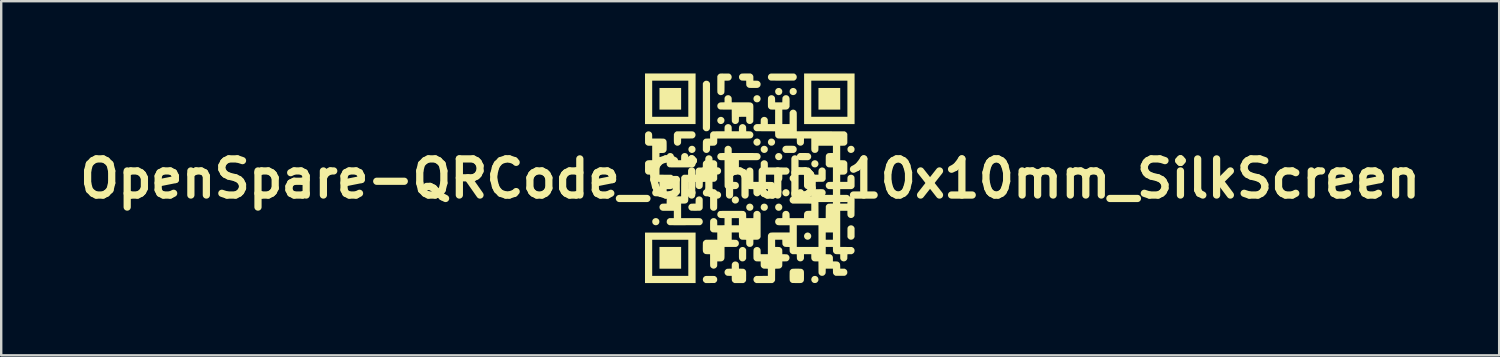
<source format=kicad_pcb>
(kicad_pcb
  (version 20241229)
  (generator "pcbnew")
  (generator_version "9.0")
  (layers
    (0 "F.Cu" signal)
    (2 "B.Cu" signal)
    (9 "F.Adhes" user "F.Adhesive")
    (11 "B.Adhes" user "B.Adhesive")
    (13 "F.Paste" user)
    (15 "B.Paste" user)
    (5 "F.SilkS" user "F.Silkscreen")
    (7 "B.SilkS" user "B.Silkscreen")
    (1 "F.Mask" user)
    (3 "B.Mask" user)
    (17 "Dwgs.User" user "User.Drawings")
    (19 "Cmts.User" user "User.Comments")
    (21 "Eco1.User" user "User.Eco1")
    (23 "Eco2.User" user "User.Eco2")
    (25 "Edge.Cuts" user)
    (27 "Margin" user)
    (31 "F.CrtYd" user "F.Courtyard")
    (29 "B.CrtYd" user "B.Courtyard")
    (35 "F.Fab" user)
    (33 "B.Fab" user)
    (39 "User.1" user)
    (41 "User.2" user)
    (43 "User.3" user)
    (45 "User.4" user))
  (footprint "OpenSpare-QRCode_Github_10x10mm_SilkScreen"
    (layer "F.Cu")
    (at 28.086 4.366)
    (property "Reference" "OpenSpare-QRCode_Github_10x10mm_SilkScreen" (at 0 0 0) (layer "F.SilkS") (effects (font (size 1.5 1.5) (thickness 0.3))))
    (attr board_only exclude_from_pos_files exclude_from_bom)
    (fp_poly (pts (xy -2.867 -3.316) (xy -2.867 -2.867) (xy -3.316 -2.867) (xy -3.765 -2.867) (xy -3.765 -3.316) (xy -3.765 -3.765) (xy -3.316 -3.765) (xy -2.867 -3.765)) (stroke (width 0) (type solid)) (fill yes) (layer "F.SilkS"))
    (fp_poly (pts (xy -2.867 3.284) (xy -2.867 3.736) (xy -3.316 3.736) (xy -3.765 3.736) (xy -3.765 3.284) (xy -3.765 2.833) (xy -3.316 2.833) (xy -2.867 2.833)) (stroke (width 0) (type solid)) (fill yes) (layer "F.SilkS"))
    (fp_poly (pts (xy 3.736 -3.316) (xy 3.736 -2.867) (xy 3.284 -2.867) (xy 2.833 -2.867) (xy 2.833 -3.316) (xy 2.833 -3.765) (xy 3.284 -3.765) (xy 3.736 -3.765)) (stroke (width 0) (type solid)) (fill yes) (layer "F.SilkS"))
    (fp_poly (pts (xy -2.266 3.284) (xy -2.266 4.332) (xy -3.316 4.332) (xy -4.366 4.332) (xy -4.366 3.284) (xy -4.068 3.284) (xy -4.068 4.034) (xy -3.318 4.034) (xy -2.569 4.034) (xy -2.569 3.284) (xy -2.569 2.535) (xy -3.318 2.535) (xy -4.068 2.535) (xy -4.068 3.284) (xy -4.366 3.284) (xy -4.366 2.237) (xy -3.316 2.237) (xy -2.266 2.237)) (stroke (width 0) (type solid)) (fill yes) (layer "F.SilkS"))
    (fp_poly (pts (xy -2.267 -3.317) (xy -2.268 -2.268) (xy -3.317 -2.267) (xy -4.366 -2.266) (xy -4.366 -3.316) (xy -4.366 -3.318) (xy -4.068 -3.318) (xy -4.068 -2.569) (xy -3.318 -2.569) (xy -2.569 -2.569) (xy -2.569 -3.318) (xy -2.569 -4.068) (xy -3.318 -4.068) (xy -4.068 -4.068) (xy -4.068 -3.318) (xy -4.366 -3.318) (xy -4.366 -4.366) (xy -3.316 -4.366) (xy -2.266 -4.366)) (stroke (width 0) (type solid)) (fill yes) (layer "F.SilkS"))
    (fp_poly (pts (xy 4.332 -3.316) (xy 4.332 -2.266) (xy 3.284 -2.266) (xy 2.237 -2.266) (xy 2.237 -3.316) (xy 2.237 -3.318) (xy 2.535 -3.318) (xy 2.535 -2.569) (xy 3.284 -2.569) (xy 4.034 -2.569) (xy 4.034 -3.318) (xy 4.034 -4.068) (xy 3.284 -4.068) (xy 2.535 -4.068) (xy 2.535 -3.318) (xy 2.237 -3.318) (xy 2.237 -4.366) (xy 3.284 -4.366) (xy 4.332 -4.366)) (stroke (width 0) (type solid)) (fill yes) (layer "F.SilkS"))
    (fp_poly (pts (xy 2.429 2.242) (xy 2.46 2.256) (xy 2.488 2.278) (xy 2.51 2.305) (xy 2.525 2.336) (xy 2.53 2.352) (xy 2.533 2.389) (xy 2.527 2.424) (xy 2.514 2.455) (xy 2.495 2.483) (xy 2.47 2.505) (xy 2.44 2.522) (xy 2.407 2.532) (xy 2.372 2.533) (xy 2.343 2.528) (xy 2.31 2.514) (xy 2.282 2.493) (xy 2.26 2.466) (xy 2.244 2.435) (xy 2.235 2.402) (xy 2.235 2.367) (xy 2.236 2.361) (xy 2.248 2.323) (xy 2.267 2.291) (xy 2.293 2.265) (xy 2.325 2.247) (xy 2.362 2.236) (xy 2.396 2.235)) (stroke (width 0) (type solid)) (fill yes) (layer "F.SilkS"))
    (fp_poly (pts (xy 0.322 -3.461) (xy 0.345 -3.453) (xy 0.376 -3.434) (xy 0.402 -3.408) (xy 0.42 -3.377) (xy 0.43 -3.342) (xy 0.432 -3.318) (xy 0.428 -3.281) (xy 0.415 -3.246) (xy 0.393 -3.217) (xy 0.365 -3.192) (xy 0.341 -3.179) (xy 0.315 -3.172) (xy 0.284 -3.169) (xy 0.253 -3.172) (xy 0.225 -3.18) (xy 0.222 -3.181) (xy 0.19 -3.201) (xy 0.164 -3.228) (xy 0.146 -3.26) (xy 0.136 -3.296) (xy 0.135 -3.318) (xy 0.139 -3.356) (xy 0.153 -3.39) (xy 0.174 -3.419) (xy 0.204 -3.443) (xy 0.219 -3.451) (xy 0.251 -3.462) (xy 0.287 -3.466)) (stroke (width 0) (type solid)) (fill yes) (layer "F.SilkS"))
    (fp_poly (pts (xy -2.368 -1.358) (xy -2.336 -1.342) (xy -2.309 -1.319) (xy -2.307 -1.318) (xy -2.287 -1.291) (xy -2.275 -1.262) (xy -2.269 -1.229) (xy -2.269 -1.216) (xy -2.273 -1.178) (xy -2.286 -1.144) (xy -2.307 -1.115) (xy -2.336 -1.093) (xy -2.35 -1.085) (xy -2.387 -1.071) (xy -2.421 -1.067) (xy -2.446 -1.07) (xy -2.469 -1.077) (xy -2.493 -1.089) (xy -2.515 -1.103) (xy -2.528 -1.116) (xy -2.549 -1.147) (xy -2.561 -1.181) (xy -2.566 -1.217) (xy -2.561 -1.253) (xy -2.549 -1.286) (xy -2.529 -1.315) (xy -2.502 -1.34) (xy -2.471 -1.356) (xy -2.437 -1.364) (xy -2.402 -1.365)) (stroke (width 0) (type solid)) (fill yes) (layer "F.SilkS"))
    (fp_poly (pts (xy 0.317 -1.662) (xy 0.348 -1.651) (xy 0.377 -1.633) (xy 0.401 -1.608) (xy 0.419 -1.578) (xy 0.43 -1.543) (xy 0.432 -1.508) (xy 0.426 -1.473) (xy 0.411 -1.441) (xy 0.389 -1.412) (xy 0.36 -1.389) (xy 0.349 -1.383) (xy 0.329 -1.376) (xy 0.303 -1.371) (xy 0.277 -1.368) (xy 0.255 -1.369) (xy 0.244 -1.372) (xy 0.209 -1.388) (xy 0.178 -1.412) (xy 0.154 -1.442) (xy 0.145 -1.46) (xy 0.136 -1.489) (xy 0.135 -1.523) (xy 0.139 -1.556) (xy 0.147 -1.577) (xy 0.167 -1.609) (xy 0.192 -1.634) (xy 0.221 -1.652) (xy 0.252 -1.662) (xy 0.285 -1.666)) (stroke (width 0) (type solid)) (fill yes) (layer "F.SilkS"))
    (fp_poly (pts (xy 1.524 0.44) (xy 1.556 0.454) (xy 1.585 0.475) (xy 1.596 0.486) (xy 1.616 0.516) (xy 1.628 0.549) (xy 1.632 0.583) (xy 1.628 0.617) (xy 1.617 0.65) (xy 1.598 0.679) (xy 1.572 0.703) (xy 1.551 0.716) (xy 1.521 0.727) (xy 1.487 0.732) (xy 1.453 0.729) (xy 1.427 0.723) (xy 1.401 0.708) (xy 1.376 0.686) (xy 1.355 0.66) (xy 1.347 0.646) (xy 1.338 0.619) (xy 1.335 0.587) (xy 1.337 0.555) (xy 1.345 0.526) (xy 1.348 0.52) (xy 1.368 0.489) (xy 1.394 0.464) (xy 1.424 0.447) (xy 1.456 0.437) (xy 1.49 0.435)) (stroke (width 0) (type solid)) (fill yes) (layer "F.SilkS"))
    (fp_poly (pts (xy 1.818 -3.762) (xy 1.85 -3.75) (xy 1.879 -3.732) (xy 1.904 -3.706) (xy 1.921 -3.678) (xy 1.929 -3.651) (xy 1.932 -3.619) (xy 1.929 -3.587) (xy 1.921 -3.559) (xy 1.918 -3.552) (xy 1.897 -3.521) (xy 1.87 -3.496) (xy 1.838 -3.479) (xy 1.803 -3.47) (xy 1.767 -3.469) (xy 1.735 -3.477) (xy 1.702 -3.493) (xy 1.674 -3.516) (xy 1.653 -3.544) (xy 1.641 -3.574) (xy 1.638 -3.591) (xy 1.637 -3.613) (xy 1.637 -3.631) (xy 1.642 -3.663) (xy 1.653 -3.691) (xy 1.672 -3.716) (xy 1.688 -3.73) (xy 1.717 -3.751) (xy 1.75 -3.762) (xy 1.784 -3.766)) (stroke (width 0) (type solid)) (fill yes) (layer "F.SilkS"))
    (fp_poly (pts (xy -3.875 1.641) (xy -3.843 1.654) (xy -3.814 1.676) (xy -3.812 1.678) (xy -3.789 1.706) (xy -3.775 1.739) (xy -3.769 1.772) (xy -3.771 1.806) (xy -3.779 1.839) (xy -3.796 1.87) (xy -3.819 1.896) (xy -3.849 1.916) (xy -3.851 1.917) (xy -3.879 1.927) (xy -3.91 1.932) (xy -3.94 1.931) (xy -3.958 1.927) (xy -3.995 1.911) (xy -4.024 1.888) (xy -4.046 1.86) (xy -4.06 1.826) (xy -4.065 1.789) (xy -4.065 1.785) (xy -4.064 1.754) (xy -4.057 1.729) (xy -4.045 1.706) (xy -4.034 1.69) (xy -4.008 1.665) (xy -3.978 1.648) (xy -3.945 1.638) (xy -3.91 1.635)) (stroke (width 0) (type solid)) (fill yes) (layer "F.SilkS"))
    (fp_poly (pts (xy -1.194 -2.565) (xy -1.16 -2.555) (xy -1.157 -2.553) (xy -1.129 -2.538) (xy -1.109 -2.521) (xy -1.092 -2.499) (xy -1.084 -2.483) (xy -1.075 -2.463) (xy -1.07 -2.446) (xy -1.068 -2.426) (xy -1.068 -2.417) (xy -1.073 -2.381) (xy -1.085 -2.348) (xy -1.105 -2.32) (xy -1.13 -2.296) (xy -1.16 -2.279) (xy -1.193 -2.269) (xy -1.228 -2.268) (xy -1.257 -2.273) (xy -1.29 -2.287) (xy -1.318 -2.308) (xy -1.341 -2.335) (xy -1.357 -2.367) (xy -1.366 -2.401) (xy -1.366 -2.431) (xy -1.358 -2.467) (xy -1.342 -2.498) (xy -1.32 -2.524) (xy -1.293 -2.545) (xy -1.262 -2.559) (xy -1.229 -2.566)) (stroke (width 0) (type solid)) (fill yes) (layer "F.SilkS"))
    (fp_poly (pts (xy 0.623 1.04) (xy 0.653 1.052) (xy 0.681 1.071) (xy 0.705 1.097) (xy 0.719 1.12) (xy 0.728 1.147) (xy 0.732 1.179) (xy 0.73 1.212) (xy 0.723 1.237) (xy 0.708 1.265) (xy 0.686 1.291) (xy 0.661 1.311) (xy 0.646 1.32) (xy 0.616 1.329) (xy 0.583 1.332) (xy 0.55 1.329) (xy 0.534 1.325) (xy 0.5 1.308) (xy 0.472 1.284) (xy 0.458 1.266) (xy 0.444 1.237) (xy 0.436 1.208) (xy 0.436 1.175) (xy 0.436 1.172) (xy 0.443 1.136) (xy 0.457 1.105) (xy 0.476 1.079) (xy 0.501 1.059) (xy 0.529 1.045) (xy 0.56 1.037) (xy 0.591 1.035)) (stroke (width 0) (type solid)) (fill yes) (layer "F.SilkS"))
    (fp_poly (pts (xy 1.209 1.036) (xy 1.227 1.04) (xy 1.246 1.049) (xy 1.249 1.05) (xy 1.28 1.071) (xy 1.304 1.096) (xy 1.321 1.126) (xy 1.33 1.157) (xy 1.332 1.19) (xy 1.328 1.223) (xy 1.315 1.254) (xy 1.296 1.282) (xy 1.27 1.306) (xy 1.248 1.319) (xy 1.219 1.328) (xy 1.186 1.332) (xy 1.153 1.33) (xy 1.13 1.323) (xy 1.097 1.306) (xy 1.071 1.281) (xy 1.051 1.251) (xy 1.039 1.217) (xy 1.035 1.187) (xy 1.038 1.152) (xy 1.047 1.123) (xy 1.062 1.097) (xy 1.079 1.079) (xy 1.104 1.057) (xy 1.131 1.044) (xy 1.161 1.037) (xy 1.187 1.035)) (stroke (width 0) (type solid)) (fill yes) (layer "F.SilkS"))
    (fp_poly (pts (xy 1.21 -1.063) (xy 1.23 -1.058) (xy 1.248 -1.051) (xy 1.279 -1.031) (xy 1.303 -1.006) (xy 1.32 -0.978) (xy 1.33 -0.946) (xy 1.332 -0.913) (xy 1.328 -0.881) (xy 1.317 -0.85) (xy 1.298 -0.821) (xy 1.273 -0.797) (xy 1.246 -0.781) (xy 1.221 -0.773) (xy 1.192 -0.769) (xy 1.162 -0.769) (xy 1.139 -0.773) (xy 1.105 -0.79) (xy 1.076 -0.812) (xy 1.054 -0.841) (xy 1.041 -0.874) (xy 1.035 -0.911) (xy 1.035 -0.914) (xy 1.038 -0.948) (xy 1.047 -0.977) (xy 1.063 -1.003) (xy 1.079 -1.021) (xy 1.105 -1.043) (xy 1.131 -1.057) (xy 1.162 -1.063) (xy 1.186 -1.065)) (stroke (width 0) (type solid)) (fill yes) (layer "F.SilkS"))
    (fp_poly (pts (xy 0.025 1.04) (xy 0.058 1.055) (xy 0.082 1.072) (xy 0.107 1.101) (xy 0.119 1.124) (xy 0.127 1.141) (xy 0.13 1.156) (xy 0.132 1.171) (xy 0.131 1.191) (xy 0.126 1.225) (xy 0.115 1.254) (xy 0.098 1.281) (xy 0.092 1.287) (xy 0.069 1.307) (xy 0.039 1.321) (xy 0.006 1.33) (xy -0.028 1.332) (xy -0.06 1.327) (xy -0.066 1.325) (xy -0.1 1.308) (xy -0.128 1.284) (xy -0.149 1.254) (xy -0.161 1.22) (xy -0.165 1.182) (xy -0.165 1.173) (xy -0.158 1.135) (xy -0.142 1.102) (xy -0.119 1.075) (xy -0.087 1.053) (xy -0.082 1.05) (xy -0.047 1.038) (xy -0.011 1.035)) (stroke (width 0) (type solid)) (fill yes) (layer "F.SilkS"))
    (fp_poly (pts (xy 0.922 -1.661) (xy 0.932 -1.658) (xy 0.958 -1.646) (xy 0.983 -1.626) (xy 1.005 -1.602) (xy 1.02 -1.577) (xy 1.021 -1.576) (xy 1.031 -1.541) (xy 1.032 -1.504) (xy 1.025 -1.469) (xy 1.008 -1.436) (xy 0.993 -1.417) (xy 0.966 -1.393) (xy 0.934 -1.377) (xy 0.899 -1.369) (xy 0.863 -1.369) (xy 0.833 -1.376) (xy 0.809 -1.388) (xy 0.784 -1.407) (xy 0.763 -1.43) (xy 0.748 -1.455) (xy 0.747 -1.456) (xy 0.736 -1.492) (xy 0.735 -1.527) (xy 0.742 -1.562) (xy 0.757 -1.594) (xy 0.779 -1.623) (xy 0.808 -1.646) (xy 0.82 -1.653) (xy 0.841 -1.66) (xy 0.868 -1.664) (xy 0.896 -1.664)) (stroke (width 0) (type solid)) (fill yes) (layer "F.SilkS"))
    (fp_poly (pts (xy 1.209 -3.764) (xy 1.227 -3.76) (xy 1.246 -3.752) (xy 1.249 -3.75) (xy 1.28 -3.73) (xy 1.304 -3.704) (xy 1.321 -3.675) (xy 1.33 -3.643) (xy 1.332 -3.61) (xy 1.327 -3.578) (xy 1.315 -3.547) (xy 1.296 -3.518) (xy 1.269 -3.495) (xy 1.247 -3.482) (xy 1.223 -3.474) (xy 1.194 -3.469) (xy 1.164 -3.469) (xy 1.139 -3.474) (xy 1.105 -3.49) (xy 1.076 -3.513) (xy 1.054 -3.542) (xy 1.041 -3.575) (xy 1.035 -3.612) (xy 1.035 -3.614) (xy 1.038 -3.649) (xy 1.047 -3.678) (xy 1.063 -3.704) (xy 1.079 -3.722) (xy 1.104 -3.743) (xy 1.131 -3.757) (xy 1.161 -3.764) (xy 1.187 -3.765)) (stroke (width 0) (type solid)) (fill yes) (layer "F.SilkS"))
    (fp_poly (pts (xy -0.577 0.74) (xy -0.543 0.753) (xy -0.514 0.774) (xy -0.491 0.803) (xy -0.483 0.818) (xy -0.475 0.835) (xy -0.471 0.848) (xy -0.469 0.861) (xy -0.469 0.878) (xy -0.47 0.89) (xy -0.473 0.921) (xy -0.481 0.947) (xy -0.494 0.969) (xy -0.511 0.988) (xy -0.538 1.01) (xy -0.57 1.025) (xy -0.606 1.032) (xy -0.641 1.032) (xy -0.649 1.03) (xy -0.681 1.019) (xy -0.711 0.999) (xy -0.736 0.973) (xy -0.754 0.943) (xy -0.762 0.916) (xy -0.765 0.885) (xy -0.762 0.853) (xy -0.755 0.825) (xy -0.751 0.818) (xy -0.729 0.785) (xy -0.701 0.76) (xy -0.669 0.744) (xy -0.632 0.736) (xy -0.615 0.735)) (stroke (width 0) (type solid)) (fill yes) (layer "F.SilkS"))
    (fp_poly (pts (xy 0.615 -1.362) (xy 0.645 -1.353) (xy 0.648 -1.351) (xy 0.68 -1.329) (xy 0.706 -1.301) (xy 0.719 -1.28) (xy 0.725 -1.266) (xy 0.728 -1.251) (xy 0.73 -1.231) (xy 0.73 -1.216) (xy 0.729 -1.194) (xy 0.727 -1.177) (xy 0.723 -1.164) (xy 0.717 -1.15) (xy 0.696 -1.119) (xy 0.668 -1.095) (xy 0.636 -1.078) (xy 0.601 -1.069) (xy 0.564 -1.069) (xy 0.552 -1.071) (xy 0.52 -1.082) (xy 0.493 -1.099) (xy 0.469 -1.121) (xy 0.449 -1.151) (xy 0.438 -1.183) (xy 0.434 -1.217) (xy 0.439 -1.251) (xy 0.45 -1.283) (xy 0.469 -1.312) (xy 0.494 -1.337) (xy 0.52 -1.353) (xy 0.549 -1.362) (xy 0.582 -1.365)) (stroke (width 0) (type solid)) (fill yes) (layer "F.SilkS"))
    (fp_poly (pts (xy 2.711 -0.764) (xy 2.744 -0.754) (xy 2.776 -0.735) (xy 2.777 -0.733) (xy 2.803 -0.708) (xy 2.82 -0.677) (xy 2.83 -0.641) (xy 2.832 -0.625) (xy 2.832 -0.604) (xy 2.831 -0.588) (xy 2.827 -0.574) (xy 2.82 -0.557) (xy 2.803 -0.528) (xy 2.78 -0.504) (xy 2.754 -0.485) (xy 2.736 -0.477) (xy 2.716 -0.472) (xy 2.691 -0.47) (xy 2.666 -0.47) (xy 2.644 -0.473) (xy 2.635 -0.475) (xy 2.599 -0.494) (xy 2.571 -0.518) (xy 2.551 -0.548) (xy 2.539 -0.584) (xy 2.536 -0.608) (xy 2.538 -0.645) (xy 2.548 -0.678) (xy 2.565 -0.707) (xy 2.587 -0.731) (xy 2.615 -0.749) (xy 2.645 -0.761) (xy 2.677 -0.766)) (stroke (width 0) (type solid)) (fill yes) (layer "F.SilkS"))
    (fp_poly (pts (xy 4.224 -1.361) (xy 4.257 -1.348) (xy 4.286 -1.327) (xy 4.309 -1.298) (xy 4.321 -1.276) (xy 4.327 -1.261) (xy 4.33 -1.247) (xy 4.332 -1.232) (xy 4.331 -1.21) (xy 4.331 -1.209) (xy 4.327 -1.178) (xy 4.319 -1.152) (xy 4.306 -1.13) (xy 4.29 -1.112) (xy 4.261 -1.09) (xy 4.228 -1.075) (xy 4.193 -1.068) (xy 4.157 -1.07) (xy 4.157 -1.07) (xy 4.121 -1.082) (xy 4.09 -1.101) (xy 4.064 -1.129) (xy 4.047 -1.157) (xy 4.039 -1.184) (xy 4.036 -1.215) (xy 4.038 -1.247) (xy 4.046 -1.275) (xy 4.049 -1.282) (xy 4.072 -1.315) (xy 4.099 -1.34) (xy 4.132 -1.356) (xy 4.169 -1.364) (xy 4.185 -1.365)) (stroke (width 0) (type solid)) (fill yes) (layer "F.SilkS"))
    (fp_poly (pts (xy 2.713 4.038) (xy 2.742 4.046) (xy 2.747 4.048) (xy 2.78 4.069) (xy 2.805 4.096) (xy 2.822 4.128) (xy 2.831 4.166) (xy 2.831 4.176) (xy 2.832 4.197) (xy 2.831 4.212) (xy 2.827 4.227) (xy 2.82 4.243) (xy 2.803 4.272) (xy 2.78 4.297) (xy 2.754 4.316) (xy 2.736 4.324) (xy 2.712 4.329) (xy 2.683 4.331) (xy 2.654 4.329) (xy 2.63 4.324) (xy 2.629 4.324) (xy 2.614 4.316) (xy 2.596 4.305) (xy 2.586 4.297) (xy 2.561 4.269) (xy 2.545 4.238) (xy 2.536 4.204) (xy 2.536 4.17) (xy 2.543 4.137) (xy 2.557 4.106) (xy 2.579 4.078) (xy 2.607 4.055) (xy 2.62 4.048) (xy 2.648 4.039) (xy 2.68 4.036)) (stroke (width 0) (type solid)) (fill yes) (layer "F.SilkS"))
    (fp_poly (pts (xy 1.816 -0.161) (xy 1.844 -0.154) (xy 1.869 -0.14) (xy 1.889 -0.122) (xy 1.912 -0.093) (xy 1.926 -0.06) (xy 1.932 -0.026) (xy 1.931 0.008) (xy 1.921 0.041) (xy 1.904 0.071) (xy 1.88 0.097) (xy 1.856 0.114) (xy 1.84 0.122) (xy 1.826 0.127) (xy 1.808 0.129) (xy 1.79 0.13) (xy 1.76 0.13) (xy 1.737 0.126) (xy 1.729 0.124) (xy 1.708 0.112) (xy 1.686 0.095) (xy 1.666 0.073) (xy 1.651 0.051) (xy 1.644 0.037) (xy 1.638 0.008) (xy 1.636 -0.024) (xy 1.64 -0.055) (xy 1.644 -0.07) (xy 1.657 -0.096) (xy 1.678 -0.121) (xy 1.704 -0.143) (xy 1.715 -0.149) (xy 1.729 -0.156) (xy 1.742 -0.161) (xy 1.756 -0.163) (xy 1.776 -0.164) (xy 1.783 -0.164)) (stroke (width 0) (type solid)) (fill yes) (layer "F.SilkS"))
    (fp_poly (pts (xy -0.276 2.84) (xy -0.245 2.853) (xy -0.217 2.873) (xy -0.193 2.9) (xy -0.182 2.92) (xy -0.168 2.947) (xy -0.168 3.133) (xy -0.168 3.318) (xy -0.181 3.345) (xy -0.201 3.377) (xy -0.227 3.403) (xy -0.253 3.419) (xy -0.271 3.426) (xy -0.295 3.43) (xy -0.32 3.432) (xy -0.342 3.432) (xy -0.357 3.429) (xy -0.389 3.415) (xy -0.417 3.395) (xy -0.426 3.385) (xy -0.437 3.373) (xy -0.445 3.361) (xy -0.452 3.348) (xy -0.458 3.334) (xy -0.462 3.317) (xy -0.465 3.296) (xy -0.467 3.27) (xy -0.468 3.239) (xy -0.468 3.2) (xy -0.468 3.154) (xy -0.468 3.115) (xy -0.466 2.951) (xy -0.449 2.918) (xy -0.428 2.886) (xy -0.403 2.862) (xy -0.373 2.846) (xy -0.341 2.836) (xy -0.308 2.834)) (stroke (width 0) (type solid)) (fill yes) (layer "F.SilkS"))
    (fp_poly (pts (xy 4.22 1.939) (xy 4.251 1.95) (xy 4.279 1.969) (xy 4.303 1.994) (xy 4.318 2.019) (xy 4.332 2.049) (xy 4.332 2.235) (xy 4.332 2.421) (xy 4.317 2.451) (xy 4.296 2.483) (xy 4.269 2.507) (xy 4.236 2.524) (xy 4.198 2.532) (xy 4.193 2.532) (xy 4.17 2.532) (xy 4.149 2.53) (xy 4.144 2.528) (xy 4.107 2.512) (xy 4.078 2.488) (xy 4.054 2.457) (xy 4.048 2.447) (xy 4.036 2.425) (xy 4.036 2.234) (xy 4.036 2.186) (xy 4.036 2.147) (xy 4.037 2.115) (xy 4.037 2.09) (xy 4.038 2.071) (xy 4.038 2.057) (xy 4.039 2.046) (xy 4.041 2.038) (xy 4.043 2.031) (xy 4.045 2.026) (xy 4.048 2.021) (xy 4.068 1.989) (xy 4.094 1.965) (xy 4.123 1.948) (xy 4.155 1.938) (xy 4.187 1.935)) (stroke (width 0) (type solid)) (fill yes) (layer "F.SilkS"))
    (fp_poly (pts (xy 1.684 -1.367) (xy 1.725 -1.367) (xy 1.759 -1.366) (xy 1.787 -1.365) (xy 1.809 -1.363) (xy 1.826 -1.36) (xy 1.841 -1.356) (xy 1.853 -1.35) (xy 1.864 -1.343) (xy 1.875 -1.334) (xy 1.884 -1.326) (xy 1.908 -1.3) (xy 1.923 -1.271) (xy 1.93 -1.237) (xy 1.931 -1.216) (xy 1.927 -1.178) (xy 1.914 -1.144) (xy 1.893 -1.115) (xy 1.864 -1.092) (xy 1.85 -1.085) (xy 1.82 -1.07) (xy 1.634 -1.07) (xy 1.448 -1.07) (xy 1.423 -1.081) (xy 1.392 -1.101) (xy 1.365 -1.127) (xy 1.348 -1.155) (xy 1.338 -1.184) (xy 1.335 -1.217) (xy 1.339 -1.25) (xy 1.347 -1.278) (xy 1.364 -1.305) (xy 1.387 -1.329) (xy 1.415 -1.349) (xy 1.434 -1.357) (xy 1.441 -1.36) (xy 1.449 -1.362) (xy 1.458 -1.364) (xy 1.47 -1.365) (xy 1.485 -1.366) (xy 1.505 -1.367) (xy 1.531 -1.367) (xy 1.564 -1.367) (xy 1.604 -1.367) (xy 1.634 -1.367)) (stroke (width 0) (type solid)) (fill yes) (layer "F.SilkS"))
    (fp_poly (pts (xy -1.618 4.036) (xy -1.579 4.036) (xy -1.547 4.037) (xy -1.523 4.037) (xy -1.504 4.038) (xy -1.489 4.038) (xy -1.479 4.04) (xy -1.471 4.041) (xy -1.464 4.043) (xy -1.459 4.046) (xy -1.454 4.048) (xy -1.425 4.067) (xy -1.4 4.092) (xy -1.381 4.121) (xy -1.381 4.121) (xy -1.373 4.145) (xy -1.369 4.173) (xy -1.37 4.203) (xy -1.374 4.23) (xy -1.381 4.248) (xy -1.402 4.279) (xy -1.429 4.305) (xy -1.449 4.317) (xy -1.472 4.329) (xy -1.663 4.331) (xy -1.854 4.332) (xy -1.885 4.316) (xy -1.916 4.295) (xy -1.94 4.268) (xy -1.957 4.237) (xy -1.965 4.202) (xy -1.965 4.166) (xy -1.957 4.131) (xy -1.954 4.123) (xy -1.938 4.098) (xy -1.916 4.073) (xy -1.891 4.054) (xy -1.879 4.048) (xy -1.872 4.045) (xy -1.866 4.043) (xy -1.859 4.041) (xy -1.85 4.039) (xy -1.838 4.038) (xy -1.822 4.037) (xy -1.801 4.037) (xy -1.775 4.037) (xy -1.741 4.036) (xy -1.7 4.036) (xy -1.665 4.036)) (stroke (width 0) (type solid)) (fill yes) (layer "F.SilkS"))
    (fp_poly (pts (xy -1.778 -4.061) (xy -1.744 -4.048) (xy -1.714 -4.026) (xy -1.69 -3.997) (xy -1.681 -3.981) (xy -1.668 -3.953) (xy -1.666 -3.04) (xy -1.666 -2.916) (xy -1.666 -2.801) (xy -1.666 -2.696) (xy -1.666 -2.6) (xy -1.666 -2.513) (xy -1.666 -2.435) (xy -1.666 -2.366) (xy -1.667 -2.304) (xy -1.667 -2.251) (xy -1.667 -2.207) (xy -1.668 -2.169) (xy -1.668 -2.14) (xy -1.669 -2.118) (xy -1.67 -2.103) (xy -1.67 -2.096) (xy -1.675 -2.076) (xy -1.68 -2.057) (xy -1.685 -2.047) (xy -1.7 -2.025) (xy -1.721 -2.004) (xy -1.745 -1.986) (xy -1.753 -1.982) (xy -1.776 -1.974) (xy -1.804 -1.97) (xy -1.834 -1.969) (xy -1.86 -1.973) (xy -1.869 -1.976) (xy -1.891 -1.988) (xy -1.914 -2.006) (xy -1.935 -2.027) (xy -1.95 -2.05) (xy -1.954 -2.057) (xy -1.966 -2.083) (xy -1.966 -3.018) (xy -1.966 -3.953) (xy -1.955 -3.976) (xy -1.935 -4.008) (xy -1.908 -4.035) (xy -1.881 -4.052) (xy -1.863 -4.06) (xy -1.847 -4.064) (xy -1.828 -4.065) (xy -1.817 -4.066)) (stroke (width 0) (type solid)) (fill yes) (layer "F.SilkS"))
    (fp_poly (pts (xy 2.28 -1.065) (xy 2.318 -1.065) (xy 2.349 -1.064) (xy 2.374 -1.064) (xy 2.392 -1.063) (xy 2.407 -1.063) (xy 2.417 -1.061) (xy 2.426 -1.06) (xy 2.433 -1.058) (xy 2.439 -1.055) (xy 2.443 -1.053) (xy 2.475 -1.034) (xy 2.5 -1.009) (xy 2.518 -0.98) (xy 2.529 -0.948) (xy 2.532 -0.914) (xy 2.528 -0.881) (xy 2.516 -0.848) (xy 2.495 -0.819) (xy 2.484 -0.807) (xy 2.467 -0.794) (xy 2.446 -0.782) (xy 2.435 -0.777) (xy 2.427 -0.774) (xy 2.42 -0.772) (xy 2.411 -0.77) (xy 2.4 -0.769) (xy 2.385 -0.768) (xy 2.366 -0.768) (xy 2.342 -0.767) (xy 2.311 -0.767) (xy 2.272 -0.767) (xy 2.233 -0.767) (xy 2.192 -0.767) (xy 2.153 -0.768) (xy 2.118 -0.769) (xy 2.088 -0.769) (xy 2.065 -0.77) (xy 2.049 -0.771) (xy 2.042 -0.772) (xy 2.011 -0.786) (xy 1.983 -0.808) (xy 1.961 -0.835) (xy 1.945 -0.866) (xy 1.936 -0.9) (xy 1.935 -0.926) (xy 1.943 -0.964) (xy 1.958 -0.997) (xy 1.982 -1.025) (xy 2.013 -1.047) (xy 2.018 -1.05) (xy 2.048 -1.065) (xy 2.232 -1.065)) (stroke (width 0) (type solid)) (fill yes) (layer "F.SilkS"))
    (fp_poly (pts (xy 1.125 -4.365) (xy 1.186 -4.365) (xy 1.256 -4.365) (xy 1.334 -4.365) (xy 1.342 -4.365) (xy 1.829 -4.364) (xy 1.85 -4.352) (xy 1.879 -4.332) (xy 1.904 -4.305) (xy 1.92 -4.28) (xy 1.929 -4.253) (xy 1.932 -4.222) (xy 1.93 -4.19) (xy 1.923 -4.162) (xy 1.92 -4.155) (xy 1.9 -4.124) (xy 1.873 -4.098) (xy 1.848 -4.082) (xy 1.824 -4.071) (xy 1.341 -4.07) (xy 1.259 -4.069) (xy 1.187 -4.069) (xy 1.124 -4.069) (xy 1.069 -4.069) (xy 1.021 -4.07) (xy 0.98 -4.07) (xy 0.946 -4.07) (xy 0.917 -4.071) (xy 0.894 -4.071) (xy 0.875 -4.072) (xy 0.86 -4.072) (xy 0.849 -4.073) (xy 0.841 -4.074) (xy 0.836 -4.075) (xy 0.834 -4.076) (xy 0.811 -4.087) (xy 0.788 -4.104) (xy 0.767 -4.126) (xy 0.751 -4.149) (xy 0.747 -4.157) (xy 0.737 -4.191) (xy 0.735 -4.226) (xy 0.742 -4.261) (xy 0.755 -4.292) (xy 0.776 -4.32) (xy 0.802 -4.343) (xy 0.829 -4.356) (xy 0.833 -4.358) (xy 0.838 -4.359) (xy 0.843 -4.36) (xy 0.85 -4.362) (xy 0.859 -4.363) (xy 0.87 -4.363) (xy 0.885 -4.364) (xy 0.903 -4.364) (xy 0.926 -4.365) (xy 0.953 -4.365) (xy 0.986 -4.365) (xy 1.026 -4.365) (xy 1.071 -4.365)) (stroke (width 0) (type solid)) (fill yes) (layer "F.SilkS"))
    (fp_poly (pts (xy -1.111 -4.365) (xy -1.065 -4.365) (xy -1.058 -4.365) (xy -0.872 -4.364) (xy -0.845 -4.349) (xy -0.815 -4.327) (xy -0.792 -4.3) (xy -0.777 -4.269) (xy -0.769 -4.236) (xy -0.769 -4.201) (xy -0.777 -4.167) (xy -0.792 -4.135) (xy -0.814 -4.109) (xy -0.829 -4.096) (xy -0.844 -4.085) (xy -0.861 -4.078) (xy -0.882 -4.073) (xy -0.907 -4.07) (xy -0.939 -4.068) (xy -0.977 -4.068) (xy -1.064 -4.068) (xy -1.066 -3.828) (xy -1.066 -3.769) (xy -1.067 -3.72) (xy -1.067 -3.679) (xy -1.068 -3.645) (xy -1.069 -3.617) (xy -1.071 -3.594) (xy -1.074 -3.577) (xy -1.077 -3.562) (xy -1.081 -3.551) (xy -1.086 -3.541) (xy -1.092 -3.533) (xy -1.1 -3.524) (xy -1.109 -3.515) (xy -1.111 -3.513) (xy -1.139 -3.491) (xy -1.17 -3.476) (xy -1.204 -3.468) (xy -1.237 -3.468) (xy -1.255 -3.472) (xy -1.288 -3.486) (xy -1.317 -3.508) (xy -1.34 -3.535) (xy -1.356 -3.563) (xy -1.358 -3.568) (xy -1.359 -3.574) (xy -1.36 -3.581) (xy -1.362 -3.59) (xy -1.362 -3.602) (xy -1.363 -3.617) (xy -1.364 -3.637) (xy -1.364 -3.662) (xy -1.365 -3.692) (xy -1.365 -3.729) (xy -1.365 -3.773) (xy -1.365 -3.825) (xy -1.365 -3.886) (xy -1.365 -3.919) (xy -1.365 -4.251) (xy -1.352 -4.279) (xy -1.333 -4.309) (xy -1.308 -4.334) (xy -1.279 -4.353) (xy -1.27 -4.356) (xy -1.263 -4.359) (xy -1.256 -4.361) (xy -1.247 -4.363) (xy -1.236 -4.364) (xy -1.222 -4.365) (xy -1.204 -4.365) (xy -1.18 -4.366) (xy -1.149 -4.366)) (stroke (width 0) (type solid)) (fill yes) (layer "F.SilkS"))
    (fp_poly (pts (xy -2.652 -1.966) (xy -2.595 -1.966) (xy -2.546 -1.965) (xy -2.505 -1.965) (xy -2.471 -1.965) (xy -2.443 -1.965) (xy -2.421 -1.964) (xy -2.404 -1.963) (xy -2.39 -1.963) (xy -2.38 -1.962) (xy -2.372 -1.96) (xy -2.367 -1.959) (xy -2.363 -1.957) (xy -2.362 -1.957) (xy -2.329 -1.938) (xy -2.303 -1.913) (xy -2.284 -1.884) (xy -2.273 -1.853) (xy -2.269 -1.82) (xy -2.272 -1.787) (xy -2.282 -1.756) (xy -2.299 -1.726) (xy -2.324 -1.701) (xy -2.355 -1.681) (xy -2.364 -1.677) (xy -2.369 -1.675) (xy -2.376 -1.673) (xy -2.383 -1.672) (xy -2.394 -1.67) (xy -2.408 -1.669) (xy -2.426 -1.669) (xy -2.449 -1.668) (xy -2.478 -1.668) (xy -2.514 -1.667) (xy -2.558 -1.667) (xy -2.611 -1.666) (xy -2.626 -1.666) (xy -2.866 -1.665) (xy -2.868 -1.574) (xy -2.868 -1.541) (xy -2.869 -1.516) (xy -2.87 -1.498) (xy -2.872 -1.484) (xy -2.874 -1.473) (xy -2.878 -1.464) (xy -2.881 -1.457) (xy -2.899 -1.426) (xy -2.925 -1.402) (xy -2.955 -1.383) (xy -2.988 -1.372) (xy -3.023 -1.368) (xy -3.057 -1.373) (xy -3.069 -1.377) (xy -3.097 -1.392) (xy -3.122 -1.412) (xy -3.142 -1.436) (xy -3.149 -1.447) (xy -3.155 -1.46) (xy -3.159 -1.474) (xy -3.163 -1.49) (xy -3.165 -1.509) (xy -3.167 -1.533) (xy -3.168 -1.563) (xy -3.169 -1.599) (xy -3.169 -1.643) (xy -3.169 -1.691) (xy -3.167 -1.849) (xy -3.151 -1.881) (xy -3.133 -1.911) (xy -3.111 -1.933) (xy -3.082 -1.952) (xy -3.077 -1.955) (xy -3.055 -1.966) (xy -2.718 -1.966)) (stroke (width 0) (type solid)) (fill yes) (layer "F.SilkS"))
    (fp_poly (pts (xy -1.533 0.435) (xy -1.514 0.436) (xy -1.499 0.437) (xy -1.488 0.438) (xy -1.48 0.439) (xy -1.472 0.442) (xy -1.465 0.444) (xy -1.463 0.445) (xy -1.434 0.46) (xy -1.407 0.484) (xy -1.386 0.512) (xy -1.382 0.52) (xy -1.37 0.545) (xy -1.37 0.884) (xy -1.37 0.95) (xy -1.37 1.006) (xy -1.37 1.055) (xy -1.37 1.096) (xy -1.37 1.13) (xy -1.371 1.157) (xy -1.371 1.18) (xy -1.372 1.197) (xy -1.373 1.211) (xy -1.373 1.221) (xy -1.375 1.229) (xy -1.376 1.235) (xy -1.378 1.24) (xy -1.38 1.245) (xy -1.38 1.246) (xy -1.396 1.272) (xy -1.418 1.295) (xy -1.443 1.314) (xy -1.455 1.32) (xy -1.484 1.329) (xy -1.517 1.332) (xy -1.549 1.329) (xy -1.566 1.325) (xy -1.599 1.308) (xy -1.627 1.285) (xy -1.648 1.256) (xy -1.661 1.225) (xy -1.662 1.216) (xy -1.663 1.198) (xy -1.664 1.171) (xy -1.664 1.138) (xy -1.665 1.097) (xy -1.665 1.05) (xy -1.665 0.998) (xy -1.665 0.97) (xy -1.665 0.733) (xy -1.755 0.733) (xy -1.793 0.732) (xy -1.823 0.731) (xy -1.847 0.729) (xy -1.866 0.725) (xy -1.882 0.719) (xy -1.896 0.71) (xy -1.91 0.699) (xy -1.916 0.693) (xy -1.941 0.666) (xy -1.957 0.636) (xy -1.964 0.603) (xy -1.965 0.584) (xy -1.961 0.546) (xy -1.948 0.512) (xy -1.926 0.482) (xy -1.897 0.458) (xy -1.881 0.448) (xy -1.875 0.445) (xy -1.869 0.443) (xy -1.861 0.441) (xy -1.852 0.44) (xy -1.84 0.439) (xy -1.823 0.438) (xy -1.801 0.437) (xy -1.773 0.437) (xy -1.738 0.436) (xy -1.694 0.436) (xy -1.675 0.436) (xy -1.627 0.435) (xy -1.588 0.435) (xy -1.557 0.435)) (stroke (width 0) (type solid)) (fill yes) (layer "F.SilkS"))
    (fp_poly (pts (xy -2.079 0.74) (xy -2.048 0.752) (xy -2.02 0.771) (xy -1.995 0.797) (xy -1.982 0.82) (xy -1.979 0.826) (xy -1.977 0.832) (xy -1.975 0.838) (xy -1.973 0.847) (xy -1.972 0.859) (xy -1.972 0.875) (xy -1.971 0.896) (xy -1.971 0.923) (xy -1.971 0.957) (xy -1.971 0.999) (xy -1.971 1.033) (xy -1.971 1.081) (xy -1.971 1.12) (xy -1.971 1.152) (xy -1.971 1.177) (xy -1.972 1.196) (xy -1.973 1.211) (xy -1.974 1.221) (xy -1.975 1.23) (xy -1.977 1.236) (xy -1.98 1.242) (xy -1.982 1.246) (xy -2 1.275) (xy -2.025 1.3) (xy -2.054 1.319) (xy -2.055 1.32) (xy -2.061 1.322) (xy -2.067 1.325) (xy -2.074 1.327) (xy -2.083 1.328) (xy -2.096 1.329) (xy -2.112 1.33) (xy -2.133 1.331) (xy -2.161 1.331) (xy -2.196 1.331) (xy -2.239 1.332) (xy -2.261 1.332) (xy -2.303 1.332) (xy -2.342 1.332) (xy -2.377 1.331) (xy -2.408 1.331) (xy -2.432 1.33) (xy -2.448 1.33) (xy -2.456 1.329) (xy -2.456 1.329) (xy -2.491 1.313) (xy -2.52 1.292) (xy -2.542 1.264) (xy -2.558 1.233) (xy -2.566 1.2) (xy -2.566 1.165) (xy -2.557 1.131) (xy -2.553 1.123) (xy -2.535 1.093) (xy -2.51 1.067) (xy -2.482 1.048) (xy -2.481 1.048) (xy -2.472 1.044) (xy -2.462 1.042) (xy -2.45 1.04) (xy -2.434 1.038) (xy -2.412 1.037) (xy -2.383 1.036) (xy -2.364 1.035) (xy -2.268 1.033) (xy -2.266 0.938) (xy -2.265 0.904) (xy -2.264 0.879) (xy -2.263 0.86) (xy -2.261 0.846) (xy -2.259 0.836) (xy -2.256 0.827) (xy -2.252 0.82) (xy -2.232 0.788) (xy -2.207 0.764) (xy -2.177 0.747) (xy -2.145 0.738) (xy -2.112 0.735)) (stroke (width 0) (type solid)) (fill yes) (layer "F.SilkS"))
    (fp_poly (pts (xy 0.633 -0.757) (xy 0.666 -0.741) (xy 0.692 -0.719) (xy 0.705 -0.704) (xy 0.715 -0.689) (xy 0.723 -0.672) (xy 0.728 -0.652) (xy 0.731 -0.627) (xy 0.732 -0.595) (xy 0.733 -0.557) (xy 0.733 -0.469) (xy 1.124 -0.468) (xy 1.516 -0.466) (xy 1.543 -0.454) (xy 1.577 -0.433) (xy 1.602 -0.408) (xy 1.619 -0.377) (xy 1.628 -0.341) (xy 1.63 -0.323) (xy 1.631 -0.303) (xy 1.63 -0.288) (xy 1.627 -0.275) (xy 1.621 -0.261) (xy 1.617 -0.252) (xy 1.596 -0.219) (xy 1.568 -0.193) (xy 1.54 -0.177) (xy 1.531 -0.174) (xy 1.52 -0.172) (xy 1.504 -0.17) (xy 1.482 -0.169) (xy 1.454 -0.168) (xy 1.428 -0.167) (xy 1.334 -0.165) (xy 1.332 -0.072) (xy 1.332 -0.039) (xy 1.331 -0.014) (xy 1.33 0.004) (xy 1.329 0.017) (xy 1.326 0.028) (xy 1.323 0.037) (xy 1.319 0.046) (xy 1.317 0.05) (xy 1.297 0.082) (xy 1.271 0.105) (xy 1.239 0.121) (xy 1.202 0.13) (xy 1.189 0.131) (xy 1.168 0.131) (xy 1.153 0.13) (xy 1.14 0.127) (xy 1.124 0.12) (xy 1.121 0.118) (xy 1.092 0.1) (xy 1.068 0.077) (xy 1.05 0.051) (xy 1.043 0.035) (xy 1.04 0.024) (xy 1.038 0.009) (xy 1.036 -0.011) (xy 1.036 -0.038) (xy 1.035 -0.072) (xy 1.035 -0.076) (xy 1.035 -0.166) (xy 0.79 -0.167) (xy 0.545 -0.168) (xy 0.521 -0.18) (xy 0.492 -0.199) (xy 0.467 -0.224) (xy 0.449 -0.252) (xy 0.445 -0.262) (xy 0.442 -0.269) (xy 0.44 -0.277) (xy 0.438 -0.285) (xy 0.437 -0.296) (xy 0.436 -0.31) (xy 0.435 -0.327) (xy 0.435 -0.351) (xy 0.435 -0.38) (xy 0.435 -0.417) (xy 0.436 -0.462) (xy 0.436 -0.476) (xy 0.437 -0.662) (xy 0.452 -0.688) (xy 0.474 -0.718) (xy 0.501 -0.741) (xy 0.532 -0.757) (xy 0.565 -0.765) (xy 0.599 -0.765)) (stroke (width 0) (type solid)) (fill yes) (layer "F.SilkS"))
    (fp_poly (pts (xy -0.164 -4.366) (xy 0.017 -4.366) (xy 0.044 -4.353) (xy 0.075 -4.335) (xy 0.098 -4.312) (xy 0.117 -4.282) (xy 0.118 -4.281) (xy 0.123 -4.27) (xy 0.126 -4.261) (xy 0.129 -4.251) (xy 0.13 -4.24) (xy 0.131 -4.224) (xy 0.132 -4.203) (xy 0.132 -4.174) (xy 0.132 -4.16) (xy 0.132 -4.069) (xy 0.226 -4.067) (xy 0.259 -4.067) (xy 0.285 -4.066) (xy 0.303 -4.065) (xy 0.317 -4.063) (xy 0.328 -4.061) (xy 0.337 -4.058) (xy 0.342 -4.055) (xy 0.375 -4.035) (xy 0.401 -4.008) (xy 0.419 -3.981) (xy 0.426 -3.963) (xy 0.43 -3.947) (xy 0.432 -3.928) (xy 0.432 -3.917) (xy 0.427 -3.878) (xy 0.415 -3.845) (xy 0.393 -3.816) (xy 0.364 -3.793) (xy 0.348 -3.784) (xy 0.315 -3.768) (xy 0.144 -3.767) (xy 0.103 -3.767) (xy 0.065 -3.767) (xy 0.03 -3.767) (xy -0.000201 -3.768) (xy -0.024 -3.769) (xy -0.04 -3.769) (xy -0.047 -3.77) (xy -0.081 -3.782) (xy -0.111 -3.802) (xy -0.137 -3.829) (xy -0.151 -3.85) (xy -0.155 -3.859) (xy -0.158 -3.868) (xy -0.161 -3.877) (xy -0.162 -3.889) (xy -0.164 -3.905) (xy -0.164 -3.927) (xy -0.165 -3.956) (xy -0.165 -3.971) (xy -0.167 -4.067) (xy -0.263 -4.069) (xy -0.296 -4.07) (xy -0.321 -4.07) (xy -0.339 -4.071) (xy -0.353 -4.073) (xy -0.363 -4.075) (xy -0.371 -4.078) (xy -0.38 -4.082) (xy -0.384 -4.084) (xy -0.407 -4.099) (xy -0.429 -4.12) (xy -0.447 -4.142) (xy -0.451 -4.15) (xy -0.456 -4.162) (xy -0.461 -4.18) (xy -0.463 -4.19) (xy -0.466 -4.227) (xy -0.46 -4.262) (xy -0.444 -4.295) (xy -0.419 -4.325) (xy -0.412 -4.331) (xy -0.403 -4.339) (xy -0.393 -4.346) (xy -0.384 -4.352) (xy -0.372 -4.357) (xy -0.359 -4.36) (xy -0.342 -4.362) (xy -0.32 -4.364) (xy -0.293 -4.365) (xy -0.259 -4.366) (xy -0.217 -4.366) (xy -0.167 -4.366)) (stroke (width 0) (type solid)) (fill yes) (layer "F.SilkS"))
    (fp_poly (pts (xy 1.985 3.736) (xy 2.027 3.736) (xy 2.061 3.737) (xy 2.089 3.738) (xy 2.111 3.74) (xy 2.129 3.743) (xy 2.143 3.746) (xy 2.155 3.751) (xy 2.165 3.758) (xy 2.174 3.766) (xy 2.184 3.776) (xy 2.188 3.78) (xy 2.199 3.79) (xy 2.207 3.8) (xy 2.214 3.81) (xy 2.22 3.821) (xy 2.224 3.834) (xy 2.227 3.85) (xy 2.229 3.87) (xy 2.231 3.896) (xy 2.231 3.928) (xy 2.232 3.968) (xy 2.232 4.015) (xy 2.232 4.034) (xy 2.232 4.085) (xy 2.232 4.127) (xy 2.231 4.161) (xy 2.23 4.189) (xy 2.228 4.211) (xy 2.225 4.229) (xy 2.222 4.243) (xy 2.216 4.254) (xy 2.21 4.265) (xy 2.202 4.274) (xy 2.192 4.284) (xy 2.188 4.288) (xy 2.178 4.299) (xy 2.168 4.307) (xy 2.158 4.314) (xy 2.147 4.32) (xy 2.134 4.324) (xy 2.118 4.327) (xy 2.098 4.329) (xy 2.073 4.331) (xy 2.041 4.331) (xy 2.002 4.331) (xy 1.954 4.331) (xy 1.932 4.331) (xy 1.89 4.331) (xy 1.851 4.331) (xy 1.816 4.33) (xy 1.786 4.33) (xy 1.763 4.329) (xy 1.746 4.328) (xy 1.739 4.327) (xy 1.739 4.327) (xy 1.712 4.316) (xy 1.687 4.297) (xy 1.677 4.287) (xy 1.665 4.274) (xy 1.655 4.262) (xy 1.649 4.251) (xy 1.644 4.237) (xy 1.641 4.221) (xy 1.638 4.199) (xy 1.637 4.171) (xy 1.636 4.134) (xy 1.636 4.134) (xy 1.635 4.095) (xy 1.635 4.051) (xy 1.635 4.005) (xy 1.636 3.961) (xy 1.636 3.936) (xy 1.637 3.902) (xy 1.638 3.877) (xy 1.639 3.858) (xy 1.64 3.844) (xy 1.642 3.834) (xy 1.645 3.826) (xy 1.649 3.819) (xy 1.652 3.813) (xy 1.664 3.797) (xy 1.679 3.78) (xy 1.688 3.771) (xy 1.697 3.763) (xy 1.707 3.755) (xy 1.717 3.75) (xy 1.728 3.745) (xy 1.742 3.742) (xy 1.759 3.74) (xy 1.781 3.738) (xy 1.808 3.737) (xy 1.843 3.736) (xy 1.884 3.736) (xy 1.934 3.736)) (stroke (width 0) (type solid)) (fill yes) (layer "F.SilkS"))
    (fp_poly (pts (xy -0.577 3.441) (xy -0.543 3.454) (xy -0.514 3.475) (xy -0.49 3.505) (xy -0.486 3.512) (xy -0.481 3.521) (xy -0.477 3.529) (xy -0.474 3.538) (xy -0.473 3.549) (xy -0.471 3.564) (xy -0.47 3.584) (xy -0.469 3.612) (xy -0.469 3.636) (xy -0.466 3.734) (xy -0.369 3.736) (xy -0.335 3.737) (xy -0.31 3.738) (xy -0.292 3.739) (xy -0.278 3.74) (xy -0.268 3.742) (xy -0.26 3.745) (xy -0.251 3.749) (xy -0.245 3.753) (xy -0.216 3.773) (xy -0.193 3.8) (xy -0.179 3.824) (xy -0.177 3.83) (xy -0.174 3.836) (xy -0.173 3.843) (xy -0.171 3.852) (xy -0.17 3.864) (xy -0.169 3.881) (xy -0.169 3.902) (xy -0.169 3.93) (xy -0.169 3.965) (xy -0.168 4.009) (xy -0.168 4.031) (xy -0.169 4.083) (xy -0.169 4.125) (xy -0.169 4.159) (xy -0.17 4.186) (xy -0.171 4.207) (xy -0.172 4.221) (xy -0.174 4.231) (xy -0.175 4.235) (xy -0.19 4.263) (xy -0.211 4.289) (xy -0.238 4.31) (xy -0.25 4.317) (xy -0.28 4.332) (xy -0.466 4.332) (xy -0.653 4.332) (xy -0.683 4.317) (xy -0.715 4.296) (xy -0.739 4.269) (xy -0.754 4.244) (xy -0.758 4.235) (xy -0.76 4.226) (xy -0.762 4.214) (xy -0.764 4.198) (xy -0.765 4.176) (xy -0.766 4.147) (xy -0.766 4.128) (xy -0.767 4.035) (xy -0.861 4.033) (xy -0.895 4.032) (xy -0.92 4.032) (xy -0.939 4.03) (xy -0.953 4.029) (xy -0.963 4.026) (xy -0.972 4.023) (xy -0.977 4.021) (xy -1.009 4.002) (xy -1.034 3.975) (xy -1.05 3.95) (xy -1.059 3.929) (xy -1.063 3.911) (xy -1.065 3.89) (xy -1.065 3.887) (xy -1.062 3.853) (xy -1.053 3.824) (xy -1.038 3.798) (xy -1.021 3.78) (xy -1.006 3.766) (xy -0.993 3.755) (xy -0.978 3.747) (xy -0.962 3.742) (xy -0.941 3.739) (xy -0.915 3.737) (xy -0.882 3.736) (xy -0.857 3.736) (xy -0.767 3.736) (xy -0.766 3.64) (xy -0.765 3.606) (xy -0.765 3.581) (xy -0.764 3.563) (xy -0.762 3.55) (xy -0.76 3.539) (xy -0.757 3.531) (xy -0.753 3.523) (xy -0.751 3.519) (xy -0.729 3.486) (xy -0.701 3.461) (xy -0.669 3.444) (xy -0.632 3.437) (xy -0.615 3.436)) (stroke (width 0) (type solid)) (fill yes) (layer "F.SilkS"))
    (fp_poly (pts (xy -3.277 -1.059) (xy -3.244 -1.045) (xy -3.214 -1.023) (xy -3.205 -1.014) (xy -3.194 -1) (xy -3.185 -0.986) (xy -3.178 -0.971) (xy -3.174 -0.953) (xy -3.171 -0.931) (xy -3.17 -0.903) (xy -3.17 -0.867) (xy -3.17 -0.856) (xy -3.17 -0.767) (xy -3.018 -0.767) (xy -2.867 -0.767) (xy -2.866 -0.861) (xy -2.865 -0.894) (xy -2.864 -0.92) (xy -2.863 -0.938) (xy -2.862 -0.952) (xy -2.859 -0.963) (xy -2.856 -0.972) (xy -2.854 -0.977) (xy -2.834 -1.009) (xy -2.809 -1.034) (xy -2.778 -1.052) (xy -2.745 -1.063) (xy -2.71 -1.065) (xy -2.674 -1.058) (xy -2.654 -1.051) (xy -2.624 -1.032) (xy -2.6 -1.009) (xy -2.582 -0.979) (xy -2.581 -0.977) (xy -2.577 -0.967) (xy -2.574 -0.958) (xy -2.572 -0.948) (xy -2.57 -0.935) (xy -2.569 -0.918) (xy -2.569 -0.894) (xy -2.569 -0.863) (xy -2.569 -0.859) (xy -2.569 -0.767) (xy -2.472 -0.766) (xy -2.439 -0.765) (xy -2.414 -0.765) (xy -2.396 -0.764) (xy -2.382 -0.762) (xy -2.372 -0.76) (xy -2.364 -0.757) (xy -2.355 -0.753) (xy -2.351 -0.751) (xy -2.32 -0.729) (xy -2.295 -0.702) (xy -2.278 -0.671) (xy -2.269 -0.637) (xy -2.269 -0.601) (xy -2.277 -0.566) (xy -2.294 -0.532) (xy -2.296 -0.53) (xy -2.313 -0.51) (xy -2.335 -0.492) (xy -2.36 -0.478) (xy -2.37 -0.474) (xy -2.378 -0.473) (xy -2.394 -0.472) (xy -2.418 -0.472) (xy -2.449 -0.471) (xy -2.487 -0.47) (xy -2.531 -0.47) (xy -2.579 -0.469) (xy -2.631 -0.469) (xy -2.686 -0.468) (xy -2.743 -0.468) (xy -2.802 -0.467) (xy -2.861 -0.467) (xy -2.919 -0.467) (xy -2.977 -0.467) (xy -3.033 -0.467) (xy -3.085 -0.467) (xy -3.134 -0.467) (xy -3.179 -0.468) (xy -3.218 -0.468) (xy -3.251 -0.469) (xy -3.265 -0.469) (xy -3.299 -0.47) (xy -3.324 -0.471) (xy -3.343 -0.472) (xy -3.357 -0.473) (xy -3.367 -0.476) (xy -3.375 -0.479) (xy -3.383 -0.482) (xy -3.415 -0.503) (xy -3.439 -0.529) (xy -3.451 -0.551) (xy -3.465 -0.579) (xy -3.465 -0.767) (xy -3.465 -0.815) (xy -3.465 -0.854) (xy -3.465 -0.885) (xy -3.464 -0.91) (xy -3.464 -0.929) (xy -3.463 -0.943) (xy -3.462 -0.954) (xy -3.46 -0.961) (xy -3.458 -0.968) (xy -3.456 -0.974) (xy -3.454 -0.977) (xy -3.435 -1.008) (xy -3.411 -1.033) (xy -3.384 -1.05) (xy -3.349 -1.062) (xy -3.313 -1.065)) (stroke (width 0) (type solid)) (fill yes) (layer "F.SilkS"))
    (fp_poly (pts (xy 2.442 -0.454) (xy 2.475 -0.435) (xy 2.5 -0.411) (xy 2.518 -0.383) (xy 2.519 -0.382) (xy 2.523 -0.372) (xy 2.527 -0.363) (xy 2.529 -0.353) (xy 2.531 -0.341) (xy 2.532 -0.324) (xy 2.533 -0.302) (xy 2.534 -0.273) (xy 2.534 -0.26) (xy 2.536 -0.166) (xy 2.684 -0.166) (xy 2.833 -0.166) (xy 2.833 -0.248) (xy 2.833 -0.288) (xy 2.835 -0.32) (xy 2.838 -0.346) (xy 2.843 -0.367) (xy 2.851 -0.385) (xy 2.861 -0.402) (xy 2.866 -0.408) (xy 2.885 -0.428) (xy 2.91 -0.445) (xy 2.916 -0.449) (xy 2.935 -0.458) (xy 2.951 -0.463) (xy 2.969 -0.465) (xy 2.984 -0.465) (xy 3.005 -0.464) (xy 3.023 -0.461) (xy 3.04 -0.454) (xy 3.05 -0.45) (xy 3.076 -0.435) (xy 3.095 -0.417) (xy 3.111 -0.393) (xy 3.12 -0.376) (xy 3.133 -0.349) (xy 3.133 -0.166) (xy 3.133 0.017) (xy 3.12 0.044) (xy 3.1 0.076) (xy 3.073 0.103) (xy 3.048 0.118) (xy 3.043 0.121) (xy 3.037 0.123) (xy 3.031 0.125) (xy 3.023 0.126) (xy 3.013 0.127) (xy 2.999 0.128) (xy 2.98 0.129) (xy 2.956 0.129) (xy 2.926 0.13) (xy 2.89 0.13) (xy 2.845 0.13) (xy 2.791 0.131) (xy 2.78 0.131) (xy 2.535 0.132) (xy 2.534 0.226) (xy 2.533 0.259) (xy 2.532 0.283) (xy 2.531 0.301) (xy 2.53 0.315) (xy 2.528 0.325) (xy 2.525 0.334) (xy 2.52 0.344) (xy 2.519 0.348) (xy 2.499 0.377) (xy 2.474 0.403) (xy 2.444 0.421) (xy 2.444 0.421) (xy 2.423 0.427) (xy 2.398 0.431) (xy 2.374 0.433) (xy 2.353 0.431) (xy 2.351 0.43) (xy 2.315 0.416) (xy 2.284 0.395) (xy 2.26 0.365) (xy 2.25 0.348) (xy 2.234 0.315) (xy 2.233 0.075) (xy 2.231 -0.165) (xy 2.14 -0.167) (xy 2.107 -0.168) (xy 2.083 -0.168) (xy 2.064 -0.17) (xy 2.051 -0.171) (xy 2.04 -0.174) (xy 2.031 -0.177) (xy 2.024 -0.18) (xy 1.993 -0.199) (xy 1.966 -0.227) (xy 1.949 -0.252) (xy 1.943 -0.266) (xy 1.939 -0.281) (xy 1.937 -0.298) (xy 1.936 -0.315) (xy 1.937 -0.337) (xy 1.939 -0.354) (xy 1.944 -0.369) (xy 1.95 -0.382) (xy 1.969 -0.411) (xy 1.995 -0.436) (xy 2.024 -0.454) (xy 2.033 -0.458) (xy 2.041 -0.46) (xy 2.049 -0.462) (xy 2.06 -0.463) (xy 2.074 -0.464) (xy 2.092 -0.465) (xy 2.115 -0.466) (xy 2.144 -0.466) (xy 2.182 -0.466) (xy 2.227 -0.466) (xy 2.237 -0.466) (xy 2.415 -0.466)) (stroke (width 0) (type solid)) (fill yes) (layer "F.SilkS"))
    (fp_poly (pts (xy 0.029 -0.458) (xy 0.062 -0.443) (xy 0.091 -0.419) (xy 0.097 -0.412) (xy 0.104 -0.404) (xy 0.111 -0.396) (xy 0.116 -0.387) (xy 0.12 -0.378) (xy 0.124 -0.367) (xy 0.127 -0.352) (xy 0.129 -0.334) (xy 0.13 -0.312) (xy 0.131 -0.284) (xy 0.131 -0.249) (xy 0.132 -0.207) (xy 0.132 -0.157) (xy 0.132 -0.107) (xy 0.132 0.132) (xy 0.524 0.133) (xy 0.598 0.133) (xy 0.662 0.134) (xy 0.718 0.134) (xy 0.766 0.135) (xy 0.807 0.135) (xy 0.841 0.136) (xy 0.868 0.136) (xy 0.89 0.137) (xy 0.907 0.138) (xy 0.919 0.139) (xy 0.928 0.14) (xy 0.933 0.141) (xy 0.934 0.141) (xy 0.966 0.158) (xy 0.993 0.183) (xy 1.015 0.215) (xy 1.016 0.217) (xy 1.033 0.251) (xy 1.033 0.434) (xy 1.033 0.481) (xy 1.033 0.52) (xy 1.033 0.551) (xy 1.032 0.575) (xy 1.032 0.594) (xy 1.031 0.608) (xy 1.029 0.618) (xy 1.028 0.626) (xy 1.026 0.633) (xy 1.023 0.639) (xy 1.022 0.64) (xy 1.003 0.672) (xy 0.977 0.698) (xy 0.946 0.718) (xy 0.912 0.729) (xy 0.877 0.733) (xy 0.841 0.727) (xy 0.836 0.725) (xy 0.81 0.713) (xy 0.785 0.694) (xy 0.763 0.67) (xy 0.747 0.645) (xy 0.747 0.644) (xy 0.743 0.634) (xy 0.739 0.624) (xy 0.737 0.612) (xy 0.736 0.598) (xy 0.735 0.578) (xy 0.734 0.551) (xy 0.733 0.526) (xy 0.732 0.435) (xy 0.584 0.435) (xy 0.436 0.435) (xy 0.434 0.526) (xy 0.433 0.565) (xy 0.431 0.596) (xy 0.427 0.621) (xy 0.422 0.64) (xy 0.415 0.657) (xy 0.404 0.671) (xy 0.391 0.686) (xy 0.382 0.693) (xy 0.352 0.715) (xy 0.317 0.729) (xy 0.28 0.733) (xy 0.242 0.727) (xy 0.234 0.725) (xy 0.211 0.714) (xy 0.188 0.697) (xy 0.166 0.675) (xy 0.15 0.652) (xy 0.146 0.644) (xy 0.142 0.634) (xy 0.139 0.624) (xy 0.137 0.612) (xy 0.135 0.597) (xy 0.134 0.577) (xy 0.133 0.549) (xy 0.133 0.527) (xy 0.131 0.436) (xy 0.04 0.434) (xy 0.001 0.433) (xy -0.03 0.431) (xy -0.055 0.427) (xy -0.074 0.422) (xy -0.091 0.414) (xy -0.105 0.404) (xy -0.12 0.39) (xy -0.126 0.383) (xy -0.134 0.375) (xy -0.14 0.368) (xy -0.146 0.36) (xy -0.151 0.352) (xy -0.154 0.343) (xy -0.158 0.332) (xy -0.16 0.317) (xy -0.162 0.299) (xy -0.164 0.277) (xy -0.165 0.25) (xy -0.165 0.217) (xy -0.165 0.178) (xy -0.166 0.131) (xy -0.165 0.077) (xy -0.165 0.014) (xy -0.165 -0.027) (xy -0.164 -0.359) (xy -0.151 -0.384) (xy -0.129 -0.415) (xy -0.102 -0.439) (xy -0.072 -0.455) (xy -0.039 -0.464) (xy -0.005 -0.465)) (stroke (width 0) (type solid)) (fill yes) (layer "F.SilkS"))
    (fp_poly (pts (xy -0.893 -3.464) (xy -0.876 -3.462) (xy -0.862 -3.457) (xy -0.855 -3.453) (xy -0.823 -3.432) (xy -0.796 -3.404) (xy -0.782 -3.382) (xy -0.778 -3.373) (xy -0.774 -3.365) (xy -0.772 -3.355) (xy -0.77 -3.343) (xy -0.769 -3.327) (xy -0.768 -3.305) (xy -0.768 -3.275) (xy -0.768 -3.264) (xy -0.766 -3.17) (xy -0.394 -3.17) (xy -0.312 -3.169) (xy -0.239 -3.169) (xy -0.176 -3.169) (xy -0.121 -3.168) (xy -0.076 -3.168) (xy -0.04 -3.167) (xy -0.014 -3.166) (xy 0.003 -3.165) (xy 0.008 -3.164) (xy 0.043 -3.154) (xy 0.074 -3.135) (xy 0.097 -3.113) (xy 0.104 -3.106) (xy 0.109 -3.099) (xy 0.114 -3.092) (xy 0.118 -3.084) (xy 0.122 -3.075) (xy 0.125 -3.064) (xy 0.127 -3.049) (xy 0.128 -3.031) (xy 0.13 -3.009) (xy 0.131 -2.981) (xy 0.131 -2.948) (xy 0.131 -2.908) (xy 0.131 -2.861) (xy 0.131 -2.806) (xy 0.131 -2.742) (xy 0.131 -2.71) (xy 0.129 -2.376) (xy 0.118 -2.354) (xy 0.096 -2.321) (xy 0.069 -2.296) (xy 0.036 -2.279) (xy 0.000202 -2.27) (xy -0.017 -2.269) (xy -0.055 -2.274) (xy -0.089 -2.287) (xy -0.118 -2.308) (xy -0.142 -2.337) (xy -0.156 -2.365) (xy -0.159 -2.377) (xy -0.162 -2.388) (xy -0.164 -2.401) (xy -0.165 -2.418) (xy -0.166 -2.44) (xy -0.166 -2.47) (xy -0.166 -2.481) (xy -0.166 -2.569) (xy -0.316 -2.568) (xy -0.466 -2.566) (xy -0.469 -2.471) (xy -0.47 -2.437) (xy -0.471 -2.412) (xy -0.472 -2.393) (xy -0.474 -2.378) (xy -0.476 -2.368) (xy -0.48 -2.358) (xy -0.482 -2.354) (xy -0.501 -2.324) (xy -0.527 -2.299) (xy -0.558 -2.281) (xy -0.592 -2.271) (xy -0.628 -2.268) (xy -0.649 -2.271) (xy -0.681 -2.283) (xy -0.711 -2.302) (xy -0.736 -2.329) (xy -0.754 -2.359) (xy -0.756 -2.364) (xy -0.758 -2.37) (xy -0.76 -2.376) (xy -0.761 -2.385) (xy -0.762 -2.397) (xy -0.763 -2.413) (xy -0.764 -2.433) (xy -0.764 -2.459) (xy -0.765 -2.491) (xy -0.765 -2.531) (xy -0.765 -2.579) (xy -0.766 -2.624) (xy -0.767 -2.866) (xy -1.01 -2.868) (xy -1.065 -2.868) (xy -1.111 -2.868) (xy -1.149 -2.869) (xy -1.18 -2.869) (xy -1.204 -2.87) (xy -1.224 -2.87) (xy -1.239 -2.871) (xy -1.25 -2.872) (xy -1.258 -2.874) (xy -1.265 -2.875) (xy -1.271 -2.878) (xy -1.276 -2.88) (xy -1.277 -2.88) (xy -1.31 -2.901) (xy -1.336 -2.927) (xy -1.354 -2.959) (xy -1.363 -2.995) (xy -1.365 -3.018) (xy -1.361 -3.056) (xy -1.348 -3.09) (xy -1.327 -3.118) (xy -1.298 -3.142) (xy -1.275 -3.154) (xy -1.265 -3.159) (xy -1.255 -3.162) (xy -1.244 -3.164) (xy -1.231 -3.166) (xy -1.212 -3.167) (xy -1.188 -3.168) (xy -1.156 -3.169) (xy -1.065 -3.171) (xy -1.065 -3.262) (xy -1.065 -3.354) (xy -1.05 -3.383) (xy -1.029 -3.416) (xy -1.004 -3.44) (xy -0.973 -3.456) (xy -0.937 -3.464) (xy -0.916 -3.465)) (stroke (width 0) (type solid)) (fill yes) (layer "F.SilkS"))
    (fp_poly (pts (xy -0.885 -1.363) (xy -0.851 -1.35) (xy -0.822 -1.33) (xy -0.797 -1.304) (xy -0.779 -1.273) (xy -0.777 -1.268) (xy -0.773 -1.257) (xy -0.771 -1.245) (xy -0.769 -1.232) (xy -0.768 -1.215) (xy -0.767 -1.192) (xy -0.767 -1.161) (xy -0.767 -1.152) (xy -0.767 -1.065) (xy -0.228 -1.065) (xy -0.142 -1.065) (xy -0.066 -1.065) (xy 0.002 -1.065) (xy 0.061 -1.065) (xy 0.113 -1.065) (xy 0.158 -1.064) (xy 0.197 -1.064) (xy 0.23 -1.063) (xy 0.258 -1.063) (xy 0.28 -1.062) (xy 0.299 -1.06) (xy 0.314 -1.059) (xy 0.327 -1.057) (xy 0.336 -1.055) (xy 0.344 -1.053) (xy 0.35 -1.05) (xy 0.356 -1.047) (xy 0.361 -1.044) (xy 0.367 -1.04) (xy 0.37 -1.038) (xy 0.395 -1.015) (xy 0.415 -0.987) (xy 0.427 -0.954) (xy 0.432 -0.919) (xy 0.429 -0.889) (xy 0.417 -0.852) (xy 0.397 -0.821) (xy 0.37 -0.796) (xy 0.336 -0.778) (xy 0.334 -0.777) (xy 0.328 -0.775) (xy 0.323 -0.773) (xy 0.317 -0.772) (xy 0.309 -0.771) (xy 0.298 -0.77) (xy 0.285 -0.769) (xy 0.268 -0.768) (xy 0.246 -0.768) (xy 0.22 -0.767) (xy 0.187 -0.767) (xy 0.149 -0.767) (xy 0.103 -0.767) (xy 0.049 -0.767) (xy -0.013 -0.767) (xy -0.081 -0.767) (xy -0.469 -0.767) (xy -0.469 -0.524) (xy -0.469 -0.281) (xy -0.484 -0.25) (xy -0.502 -0.221) (xy -0.527 -0.197) (xy -0.557 -0.179) (xy -0.565 -0.176) (xy -0.574 -0.173) (xy -0.585 -0.171) (xy -0.6 -0.169) (xy -0.619 -0.168) (xy -0.646 -0.167) (xy -0.673 -0.167) (xy -0.767 -0.165) (xy -0.767 -0.017) (xy -0.767 0.131) (xy -0.675 0.133) (xy -0.643 0.133) (xy -0.618 0.134) (xy -0.6 0.135) (xy -0.587 0.137) (xy -0.576 0.139) (xy -0.567 0.143) (xy -0.557 0.147) (xy -0.556 0.147) (xy -0.523 0.167) (xy -0.498 0.192) (xy -0.481 0.222) (xy -0.472 0.258) (xy -0.47 0.276) (xy -0.469 0.299) (xy -0.47 0.315) (xy -0.474 0.329) (xy -0.478 0.339) (xy -0.495 0.37) (xy -0.517 0.394) (xy -0.545 0.413) (xy -0.551 0.416) (xy -0.583 0.432) (xy -0.757 0.433) (xy -0.798 0.433) (xy -0.837 0.433) (xy -0.871 0.433) (xy -0.901 0.432) (xy -0.925 0.431) (xy -0.942 0.43) (xy -0.949 0.429) (xy -0.984 0.416) (xy -1.014 0.396) (xy -1.039 0.369) (xy -1.056 0.337) (xy -1.06 0.325) (xy -1.061 0.318) (xy -1.062 0.302) (xy -1.062 0.278) (xy -1.063 0.245) (xy -1.063 0.206) (xy -1.063 0.16) (xy -1.064 0.108) (xy -1.064 0.05) (xy -1.064 -0.012) (xy -1.065 -0.078) (xy -1.065 -0.148) (xy -1.065 -0.22) (xy -1.065 -0.228) (xy -1.065 -0.767) (xy -1.152 -0.767) (xy -1.193 -0.767) (xy -1.224 -0.769) (xy -1.25 -0.772) (xy -1.271 -0.778) (xy -1.288 -0.785) (xy -1.304 -0.796) (xy -1.317 -0.807) (xy -1.341 -0.835) (xy -1.357 -0.867) (xy -1.365 -0.9) (xy -1.364 -0.934) (xy -1.357 -0.967) (xy -1.341 -0.998) (xy -1.319 -1.025) (xy -1.29 -1.047) (xy -1.276 -1.054) (xy -1.267 -1.057) (xy -1.255 -1.059) (xy -1.238 -1.061) (xy -1.216 -1.063) (xy -1.186 -1.064) (xy -1.162 -1.065) (xy -1.067 -1.067) (xy -1.065 -1.165) (xy -1.064 -1.198) (xy -1.063 -1.223) (xy -1.062 -1.242) (xy -1.06 -1.255) (xy -1.058 -1.265) (xy -1.055 -1.274) (xy -1.051 -1.282) (xy -1.048 -1.288) (xy -1.028 -1.315) (xy -1.002 -1.338) (xy -0.972 -1.355) (xy -0.94 -1.365) (xy -0.92 -1.367)) (stroke (width 0) (type solid)) (fill yes) (layer "F.SilkS"))
    (fp_poly (pts (xy -0.875 -2.26) (xy -0.843 -2.246) (xy -0.815 -2.225) (xy -0.792 -2.196) (xy -0.782 -2.179) (xy -0.778 -2.169) (xy -0.774 -2.159) (xy -0.772 -2.149) (xy -0.77 -2.136) (xy -0.769 -2.118) (xy -0.768 -2.094) (xy -0.768 -2.063) (xy -0.768 -2.06) (xy -0.766 -1.968) (xy -0.617 -1.968) (xy -0.469 -1.968) (xy -0.469 -2.038) (xy -0.468 -2.084) (xy -0.465 -2.121) (xy -0.46 -2.152) (xy -0.453 -2.177) (xy -0.442 -2.198) (xy -0.428 -2.216) (xy -0.418 -2.225) (xy -0.387 -2.248) (xy -0.354 -2.261) (xy -0.319 -2.266) (xy -0.285 -2.262) (xy -0.253 -2.251) (xy -0.223 -2.232) (xy -0.198 -2.206) (xy -0.181 -2.178) (xy -0.177 -2.168) (xy -0.173 -2.159) (xy -0.171 -2.148) (xy -0.169 -2.135) (xy -0.168 -2.117) (xy -0.168 -2.094) (xy -0.167 -2.062) (xy -0.167 -2.06) (xy -0.165 -1.969) (xy -0.074 -1.967) (xy -0.041 -1.966) (xy -0.017 -1.966) (xy 0.002 -1.964) (xy 0.015 -1.963) (xy 0.026 -1.96) (xy 0.036 -1.957) (xy 0.043 -1.954) (xy 0.068 -1.939) (xy 0.091 -1.917) (xy 0.111 -1.893) (xy 0.124 -1.867) (xy 0.125 -1.865) (xy 0.131 -1.831) (xy 0.13 -1.795) (xy 0.12 -1.761) (xy 0.104 -1.73) (xy 0.081 -1.704) (xy 0.054 -1.685) (xy 0.048 -1.682) (xy 0.043 -1.68) (xy 0.037 -1.678) (xy 0.03 -1.676) (xy 0.021 -1.674) (xy 0.01 -1.672) (xy -0.003 -1.671) (xy -0.02 -1.67) (xy -0.04 -1.669) (xy -0.064 -1.668) (xy -0.092 -1.667) (xy -0.126 -1.667) (xy -0.165 -1.666) (xy -0.21 -1.666) (xy -0.261 -1.666) (xy -0.32 -1.666) (xy -0.386 -1.665) (xy -0.46 -1.665) (xy -0.543 -1.665) (xy -0.634 -1.665) (xy -0.691 -1.665) (xy -1.367 -1.665) (xy -1.368 -1.571) (xy -1.369 -1.538) (xy -1.37 -1.513) (xy -1.371 -1.495) (xy -1.372 -1.481) (xy -1.375 -1.471) (xy -1.378 -1.462) (xy -1.381 -1.455) (xy -1.399 -1.427) (xy -1.424 -1.402) (xy -1.452 -1.383) (xy -1.454 -1.382) (xy -1.463 -1.378) (xy -1.471 -1.374) (xy -1.482 -1.372) (xy -1.495 -1.371) (xy -1.513 -1.37) (xy -1.538 -1.369) (xy -1.57 -1.368) (xy -1.571 -1.368) (xy -1.664 -1.367) (xy -1.666 -1.275) (xy -1.667 -1.243) (xy -1.668 -1.219) (xy -1.669 -1.201) (xy -1.671 -1.187) (xy -1.673 -1.176) (xy -1.677 -1.167) (xy -1.681 -1.157) (xy -1.701 -1.125) (xy -1.728 -1.099) (xy -1.756 -1.081) (xy -1.785 -1.072) (xy -1.818 -1.069) (xy -1.851 -1.072) (xy -1.878 -1.081) (xy -1.91 -1.101) (xy -1.936 -1.129) (xy -1.953 -1.157) (xy -1.966 -1.184) (xy -1.966 -1.365) (xy -1.966 -1.416) (xy -1.965 -1.458) (xy -1.965 -1.492) (xy -1.964 -1.52) (xy -1.962 -1.542) (xy -1.959 -1.56) (xy -1.955 -1.574) (xy -1.95 -1.586) (xy -1.944 -1.596) (xy -1.935 -1.606) (xy -1.925 -1.617) (xy -1.923 -1.62) (xy -1.908 -1.634) (xy -1.894 -1.645) (xy -1.879 -1.653) (xy -1.861 -1.659) (xy -1.839 -1.663) (xy -1.811 -1.664) (xy -1.775 -1.665) (xy -1.755 -1.665) (xy -1.665 -1.665) (xy -1.665 -1.755) (xy -1.665 -1.789) (xy -1.665 -1.814) (xy -1.664 -1.833) (xy -1.662 -1.847) (xy -1.66 -1.859) (xy -1.656 -1.869) (xy -1.656 -1.872) (xy -1.64 -1.9) (xy -1.617 -1.926) (xy -1.589 -1.947) (xy -1.577 -1.953) (xy -1.551 -1.966) (xy -1.308 -1.967) (xy -1.065 -1.969) (xy -1.065 -2.06) (xy -1.065 -2.092) (xy -1.064 -2.116) (xy -1.063 -2.134) (xy -1.062 -2.148) (xy -1.06 -2.158) (xy -1.057 -2.167) (xy -1.053 -2.177) (xy -1.052 -2.178) (xy -1.034 -2.209) (xy -1.011 -2.232) (xy -0.981 -2.251) (xy -0.979 -2.252) (xy -0.944 -2.264) (xy -0.909 -2.266)) (stroke (width 0) (type solid)) (fill yes) (layer "F.SilkS"))
    (fp_poly (pts (xy -4.179 -1.96) (xy -4.145 -1.947) (xy -4.115 -1.925) (xy -4.108 -1.918) (xy -4.095 -1.902) (xy -4.085 -1.886) (xy -4.078 -1.868) (xy -4.073 -1.847) (xy -4.07 -1.82) (xy -4.068 -1.787) (xy -4.068 -1.753) (xy -4.068 -1.665) (xy -3.831 -1.665) (xy -3.776 -1.665) (xy -3.727 -1.665) (xy -3.683 -1.665) (xy -3.645 -1.664) (xy -3.615 -1.663) (xy -3.593 -1.662) (xy -3.579 -1.661) (xy -3.576 -1.661) (xy -3.55 -1.65) (xy -3.525 -1.634) (xy -3.503 -1.614) (xy -3.497 -1.606) (xy -3.49 -1.596) (xy -3.484 -1.585) (xy -3.479 -1.574) (xy -3.475 -1.561) (xy -3.472 -1.546) (xy -3.47 -1.526) (xy -3.469 -1.501) (xy -3.468 -1.47) (xy -3.468 -1.432) (xy -3.467 -1.385) (xy -3.467 -1.364) (xy -3.467 -1.318) (xy -3.468 -1.281) (xy -3.468 -1.252) (xy -3.468 -1.229) (xy -3.469 -1.211) (xy -3.47 -1.197) (xy -3.471 -1.186) (xy -3.473 -1.178) (xy -3.476 -1.17) (xy -3.478 -1.164) (xy -3.492 -1.137) (xy -3.513 -1.111) (xy -3.537 -1.091) (xy -3.563 -1.077) (xy -3.574 -1.074) (xy -3.589 -1.071) (xy -3.608 -1.069) (xy -3.633 -1.067) (xy -3.666 -1.066) (xy -3.676 -1.066) (xy -3.765 -1.064) (xy -3.765 -0.615) (xy -3.765 -0.166) (xy -3.52 -0.165) (xy -3.275 -0.164) (xy -3.248 -0.149) (xy -3.23 -0.137) (xy -3.212 -0.122) (xy -3.203 -0.113) (xy -3.195 -0.104) (xy -3.188 -0.095) (xy -3.183 -0.085) (xy -3.179 -0.074) (xy -3.175 -0.06) (xy -3.173 -0.042) (xy -3.171 -0.02) (xy -3.17 0.008) (xy -3.17 0.042) (xy -3.169 0.084) (xy -3.169 0.135) (xy -3.169 0.136) (xy -3.169 0.183) (xy -3.169 0.222) (xy -3.17 0.252) (xy -3.17 0.276) (xy -3.171 0.295) (xy -3.172 0.309) (xy -3.173 0.319) (xy -3.174 0.327) (xy -3.177 0.334) (xy -3.179 0.34) (xy -3.181 0.344) (xy -3.196 0.372) (xy -3.215 0.392) (xy -3.239 0.409) (xy -3.251 0.416) (xy -3.284 0.432) (xy -3.375 0.434) (xy -3.467 0.435) (xy -3.468 0.529) (xy -3.469 0.567) (xy -3.471 0.598) (xy -3.474 0.621) (xy -3.478 0.64) (xy -3.485 0.655) (xy -3.494 0.669) (xy -3.506 0.683) (xy -3.514 0.691) (xy -3.524 0.701) (xy -3.534 0.709) (xy -3.545 0.716) (xy -3.557 0.721) (xy -3.571 0.725) (xy -3.589 0.728) (xy -3.611 0.73) (xy -3.639 0.731) (xy -3.673 0.732) (xy -3.715 0.732) (xy -3.766 0.732) (xy -3.769 0.732) (xy -3.819 0.732) (xy -3.859 0.732) (xy -3.892 0.731) (xy -3.918 0.73) (xy -3.937 0.729) (xy -3.952 0.728) (xy -3.962 0.727) (xy -3.967 0.725) (xy -3.999 0.709) (xy -4.026 0.685) (xy -4.047 0.656) (xy -4.061 0.624) (xy -4.067 0.589) (xy -4.066 0.568) (xy -4.058 0.533) (xy -4.041 0.501) (xy -4.018 0.473) (xy -3.99 0.452) (xy -3.981 0.447) (xy -3.972 0.444) (xy -3.962 0.441) (xy -3.95 0.439) (xy -3.933 0.437) (xy -3.911 0.436) (xy -3.882 0.435) (xy -3.863 0.435) (xy -3.768 0.432) (xy -3.768 0.283) (xy -3.768 0.134) (xy -3.865 0.132) (xy -3.899 0.131) (xy -3.925 0.13) (xy -3.944 0.129) (xy -3.957 0.127) (xy -3.968 0.125) (xy -3.976 0.122) (xy -3.984 0.118) (xy -3.984 0.118) (xy -4.014 0.098) (xy -4.039 0.07) (xy -4.053 0.046) (xy -4.058 0.037) (xy -4.061 0.028) (xy -4.063 0.018) (xy -4.065 0.004) (xy -4.066 -0.015) (xy -4.066 -0.04) (xy -4.067 -0.072) (xy -4.069 -0.165) (xy -4.163 -0.167) (xy -4.195 -0.168) (xy -4.22 -0.169) (xy -4.239 -0.17) (xy -4.252 -0.171) (xy -4.263 -0.173) (xy -4.272 -0.177) (xy -4.281 -0.181) (xy -4.31 -0.2) (xy -4.335 -0.225) (xy -4.353 -0.255) (xy -4.356 -0.262) (xy -4.359 -0.27) (xy -4.361 -0.277) (xy -4.363 -0.285) (xy -4.364 -0.296) (xy -4.365 -0.31) (xy -4.365 -0.328) (xy -4.366 -0.351) (xy -4.366 -0.38) (xy -4.365 -0.417) (xy -4.365 -0.463) (xy -4.365 -0.476) (xy -4.364 -0.662) (xy -4.349 -0.688) (xy -4.336 -0.708) (xy -4.319 -0.726) (xy -4.311 -0.733) (xy -4.295 -0.744) (xy -4.28 -0.753) (xy -4.262 -0.759) (xy -4.242 -0.763) (xy -4.216 -0.765) (xy -4.183 -0.767) (xy -4.153 -0.767) (xy -4.068 -0.767) (xy -4.068 -1.067) (xy -4.068 -1.367) (xy -4.156 -1.367) (xy -4.189 -1.368) (xy -4.213 -1.368) (xy -4.232 -1.369) (xy -4.246 -1.371) (xy -4.258 -1.373) (xy -4.269 -1.377) (xy -4.27 -1.377) (xy -4.303 -1.395) (xy -4.331 -1.42) (xy -4.349 -1.446) (xy -4.364 -1.472) (xy -4.365 -1.657) (xy -4.365 -1.709) (xy -4.365 -1.752) (xy -4.365 -1.787) (xy -4.364 -1.815) (xy -4.363 -1.838) (xy -4.361 -1.856) (xy -4.357 -1.87) (xy -4.353 -1.882) (xy -4.347 -1.892) (xy -4.339 -1.902) (xy -4.331 -1.912) (xy -4.327 -1.916) (xy -4.3 -1.941) (xy -4.271 -1.956) (xy -4.238 -1.964) (xy -4.216 -1.965)) (stroke (width 0) (type solid)) (fill yes) (layer "F.SilkS"))
    (fp_poly (pts (xy -1.715 -0.766) (xy -1.67 -0.766) (xy -1.658 -0.766) (xy -1.612 -0.765) (xy -1.574 -0.765) (xy -1.543 -0.765) (xy -1.519 -0.764) (xy -1.501 -0.763) (xy -1.487 -0.762) (xy -1.477 -0.761) (xy -1.47 -0.759) (xy -1.463 -0.757) (xy -1.457 -0.754) (xy -1.454 -0.753) (xy -1.424 -0.732) (xy -1.398 -0.705) (xy -1.382 -0.68) (xy -1.37 -0.657) (xy -1.37 -0.317) (xy -1.37 0.022) (xy -1.382 0.046) (xy -1.4 0.075) (xy -1.425 0.1) (xy -1.452 0.118) (xy -1.455 0.119) (xy -1.46 0.121) (xy -1.466 0.123) (xy -1.473 0.125) (xy -1.481 0.126) (xy -1.493 0.127) (xy -1.509 0.128) (xy -1.529 0.129) (xy -1.555 0.13) (xy -1.587 0.13) (xy -1.626 0.131) (xy -1.674 0.131) (xy -1.721 0.132) (xy -1.966 0.134) (xy -1.968 0.23) (xy -1.969 0.266) (xy -1.971 0.295) (xy -1.973 0.317) (xy -1.977 0.335) (xy -1.982 0.349) (xy -1.989 0.361) (xy -1.999 0.374) (xy -2.01 0.385) (xy -2.037 0.409) (xy -2.068 0.424) (xy -2.103 0.431) (xy -2.117 0.432) (xy -2.154 0.428) (xy -2.186 0.416) (xy -2.215 0.395) (xy -2.225 0.385) (xy -2.237 0.372) (xy -2.246 0.359) (xy -2.253 0.347) (xy -2.258 0.332) (xy -2.262 0.314) (xy -2.264 0.291) (xy -2.265 0.261) (xy -2.266 0.23) (xy -2.268 0.134) (xy -2.417 0.134) (xy -2.566 0.134) (xy -2.566 0.283) (xy -2.566 0.432) (xy -2.471 0.435) (xy -2.438 0.436) (xy -2.412 0.437) (xy -2.394 0.438) (xy -2.38 0.44) (xy -2.369 0.442) (xy -2.36 0.445) (xy -2.353 0.448) (xy -2.322 0.469) (xy -2.297 0.494) (xy -2.28 0.524) (xy -2.27 0.557) (xy -2.268 0.591) (xy -2.274 0.625) (xy -2.288 0.657) (xy -2.31 0.686) (xy -2.315 0.691) (xy -2.329 0.703) (xy -2.341 0.713) (xy -2.354 0.72) (xy -2.369 0.725) (xy -2.387 0.728) (xy -2.41 0.73) (xy -2.44 0.732) (xy -2.471 0.733) (xy -2.566 0.735) (xy -2.569 0.83) (xy -2.57 0.868) (xy -2.572 0.898) (xy -2.575 0.922) (xy -2.579 0.94) (xy -2.585 0.955) (xy -2.594 0.968) (xy -2.605 0.982) (xy -2.612 0.989) (xy -2.628 1.004) (xy -2.646 1.015) (xy -2.667 1.024) (xy -2.692 1.03) (xy -2.722 1.033) (xy -2.76 1.035) (xy -2.791 1.035) (xy -2.867 1.035) (xy -2.867 1.336) (xy -2.867 1.636) (xy -2.478 1.636) (xy -2.404 1.636) (xy -2.34 1.636) (xy -2.284 1.636) (xy -2.236 1.636) (xy -2.195 1.637) (xy -2.16 1.637) (xy -2.132 1.638) (xy -2.108 1.639) (xy -2.089 1.641) (xy -2.074 1.643) (xy -2.062 1.645) (xy -2.052 1.648) (xy -2.044 1.652) (xy -2.037 1.656) (xy -2.031 1.661) (xy -2.025 1.666) (xy -2.02 1.671) (xy -1.995 1.699) (xy -1.978 1.73) (xy -1.97 1.763) (xy -1.969 1.797) (xy -1.976 1.831) (xy -1.99 1.862) (xy -2.012 1.89) (xy -2.041 1.912) (xy -2.054 1.92) (xy -2.078 1.931) (xy -2.708 1.932) (xy -2.786 1.932) (xy -2.861 1.932) (xy -2.933 1.932) (xy -3.002 1.932) (xy -3.066 1.932) (xy -3.125 1.932) (xy -3.179 1.932) (xy -3.227 1.931) (xy -3.268 1.931) (xy -3.301 1.931) (xy -3.327 1.93) (xy -3.344 1.93) (xy -3.352 1.929) (xy -3.353 1.929) (xy -3.384 1.917) (xy -3.414 1.896) (xy -3.439 1.869) (xy -3.453 1.846) (xy -3.46 1.832) (xy -3.463 1.816) (xy -3.465 1.797) (xy -3.465 1.785) (xy -3.461 1.746) (xy -3.449 1.712) (xy -3.429 1.684) (xy -3.401 1.661) (xy -3.383 1.651) (xy -3.354 1.636) (xy -3.262 1.636) (xy -3.17 1.636) (xy -3.17 1.485) (xy -3.17 1.333) (xy -3.406 1.333) (xy -3.461 1.333) (xy -3.506 1.333) (xy -3.544 1.333) (xy -3.574 1.333) (xy -3.599 1.332) (xy -3.618 1.332) (xy -3.633 1.331) (xy -3.644 1.33) (xy -3.653 1.328) (xy -3.66 1.327) (xy -3.666 1.324) (xy -3.669 1.323) (xy -3.702 1.306) (xy -3.729 1.282) (xy -3.749 1.253) (xy -3.762 1.219) (xy -3.765 1.187) (xy -3.763 1.152) (xy -3.754 1.123) (xy -3.738 1.097) (xy -3.722 1.079) (xy -3.707 1.065) (xy -3.693 1.055) (xy -3.679 1.047) (xy -3.662 1.041) (xy -3.642 1.038) (xy -3.616 1.036) (xy -3.582 1.035) (xy -3.557 1.035) (xy -3.468 1.035) (xy -3.467 0.941) (xy -3.466 0.908) (xy -3.465 0.883) (xy -3.464 0.864) (xy -3.462 0.85) (xy -3.46 0.839) (xy -3.457 0.83) (xy -3.454 0.822) (xy -3.436 0.794) (xy -3.412 0.769) (xy -3.383 0.749) (xy -3.377 0.746) (xy -3.371 0.744) (xy -3.366 0.742) (xy -3.359 0.74) (xy -3.351 0.738) (xy -3.34 0.737) (xy -3.326 0.736) (xy -3.308 0.736) (xy -3.284 0.735) (xy -3.254 0.735) (xy -3.217 0.734) (xy -3.172 0.734) (xy -3.118 0.734) (xy -3.11 0.734) (xy -2.867 0.732) (xy -2.866 0.338) (xy -2.864 -0.056) (xy -2.852 -0.08) (xy -2.831 -0.112) (xy -2.803 -0.138) (xy -2.781 -0.151) (xy -2.757 -0.164) (xy -2.511 -0.165) (xy -2.266 -0.166) (xy -2.266 -0.254) (xy -2.266 -0.294) (xy -2.264 -0.326) (xy -2.261 -0.351) (xy -2.256 -0.371) (xy -2.248 -0.388) (xy -2.238 -0.404) (xy -2.224 -0.419) (xy -2.22 -0.423) (xy -2.206 -0.436) (xy -2.192 -0.446) (xy -2.178 -0.453) (xy -2.161 -0.458) (xy -2.139 -0.462) (xy -2.112 -0.463) (xy -2.078 -0.464) (xy -2.058 -0.464) (xy -1.969 -0.464) (xy -1.967 -0.558) (xy -1.967 -0.591) (xy -1.966 -0.615) (xy -1.965 -0.634) (xy -1.963 -0.647) (xy -1.961 -0.657) (xy -1.958 -0.667) (xy -1.954 -0.676) (xy -1.952 -0.68) (xy -1.931 -0.711) (xy -1.904 -0.737) (xy -1.871 -0.755) (xy -1.868 -0.757) (xy -1.86 -0.759) (xy -1.853 -0.762) (xy -1.844 -0.763) (xy -1.834 -0.765) (xy -1.821 -0.765) (xy -1.803 -0.766) (xy -1.78 -0.766) (xy -1.751 -0.766)) (stroke (width 0) (type solid)) (fill yes) (layer "F.SilkS"))
    (fp_poly (pts (xy -0.843 1.336) (xy -0.767 1.336) (xy -0.687 1.336) (xy -0.617 1.336) (xy -0.556 1.336) (xy -0.502 1.336) (xy -0.456 1.336) (xy -0.416 1.336) (xy -0.383 1.337) (xy -0.355 1.337) (xy -0.333 1.337) (xy -0.314 1.338) (xy -0.3 1.339) (xy -0.289 1.339) (xy -0.28 1.34) (xy -0.273 1.342) (xy -0.268 1.343) (xy -0.264 1.344) (xy -0.261 1.345) (xy -0.235 1.36) (xy -0.21 1.381) (xy -0.189 1.406) (xy -0.18 1.423) (xy -0.176 1.432) (xy -0.173 1.442) (xy -0.171 1.453) (xy -0.169 1.468) (xy -0.168 1.487) (xy -0.167 1.513) (xy -0.167 1.542) (xy -0.165 1.636) (xy -0.017 1.636) (xy 0.131 1.636) (xy 0.133 1.542) (xy 0.134 1.504) (xy 0.135 1.474) (xy 0.138 1.451) (xy 0.142 1.433) (xy 0.148 1.417) (xy 0.156 1.404) (xy 0.167 1.39) (xy 0.173 1.383) (xy 0.201 1.36) (xy 0.233 1.344) (xy 0.267 1.336) (xy 0.303 1.336) (xy 0.338 1.345) (xy 0.348 1.349) (xy 0.379 1.37) (xy 0.405 1.398) (xy 0.422 1.425) (xy 0.432 1.448) (xy 0.432 1.934) (xy 0.432 2.42) (xy 0.419 2.448) (xy 0.398 2.479) (xy 0.37 2.505) (xy 0.342 2.522) (xy 0.334 2.525) (xy 0.324 2.528) (xy 0.312 2.53) (xy 0.297 2.532) (xy 0.275 2.533) (xy 0.247 2.533) (xy 0.226 2.534) (xy 0.132 2.535) (xy 0.132 2.627) (xy 0.132 2.659) (xy 0.131 2.683) (xy 0.131 2.701) (xy 0.129 2.714) (xy 0.127 2.724) (xy 0.124 2.734) (xy 0.12 2.743) (xy 0.119 2.745) (xy 0.1 2.777) (xy 0.075 2.802) (xy 0.051 2.817) (xy 0.038 2.824) (xy 0.025 2.827) (xy 0.01 2.829) (xy -0.011 2.83) (xy -0.017 2.83) (xy -0.039 2.83) (xy -0.055 2.828) (xy -0.067 2.825) (xy -0.08 2.819) (xy -0.087 2.816) (xy -0.118 2.793) (xy -0.142 2.764) (xy -0.156 2.736) (xy -0.16 2.725) (xy -0.162 2.714) (xy -0.164 2.7) (xy -0.165 2.682) (xy -0.166 2.658) (xy -0.166 2.626) (xy -0.166 2.623) (xy -0.166 2.536) (xy -0.26 2.534) (xy -0.293 2.533) (xy -0.317 2.533) (xy -0.336 2.532) (xy -0.349 2.53) (xy -0.36 2.528) (xy -0.369 2.525) (xy -0.378 2.52) (xy -0.382 2.519) (xy -0.411 2.5) (xy -0.434 2.475) (xy -0.453 2.443) (xy -0.454 2.442) (xy -0.458 2.432) (xy -0.461 2.422) (xy -0.464 2.412) (xy -0.465 2.398) (xy -0.466 2.38) (xy -0.467 2.355) (xy -0.468 2.323) (xy -0.47 2.232) (xy -0.618 2.232) (xy -0.767 2.232) (xy -0.767 2.383) (xy -0.767 2.534) (xy -0.67 2.535) (xy -0.637 2.536) (xy -0.612 2.537) (xy -0.593 2.538) (xy -0.579 2.539) (xy -0.569 2.541) (xy -0.561 2.544) (xy -0.553 2.548) (xy -0.553 2.548) (xy -0.519 2.571) (xy -0.495 2.597) (xy -0.478 2.629) (xy -0.47 2.666) (xy -0.47 2.675) (xy -0.472 2.714) (xy -0.483 2.749) (xy -0.502 2.779) (xy -0.529 2.804) (xy -0.554 2.819) (xy -0.584 2.833) (xy -0.824 2.833) (xy -1.065 2.833) (xy -1.065 3.054) (xy -1.065 3.1) (xy -1.065 3.145) (xy -1.066 3.186) (xy -1.066 3.223) (xy -1.067 3.255) (xy -1.068 3.279) (xy -1.069 3.296) (xy -1.069 3.303) (xy -1.08 3.341) (xy -1.098 3.374) (xy -1.123 3.4) (xy -1.155 3.419) (xy -1.164 3.423) (xy -1.175 3.427) (xy -1.187 3.429) (xy -1.2 3.431) (xy -1.217 3.432) (xy -1.24 3.433) (xy -1.27 3.433) (xy -1.279 3.433) (xy -1.367 3.433) (xy -1.368 3.53) (xy -1.369 3.563) (xy -1.37 3.588) (xy -1.37 3.606) (xy -1.372 3.62) (xy -1.374 3.63) (xy -1.377 3.638) (xy -1.381 3.647) (xy -1.383 3.651) (xy -1.399 3.674) (xy -1.419 3.697) (xy -1.442 3.714) (xy -1.449 3.718) (xy -1.461 3.723) (xy -1.478 3.728) (xy -1.496 3.732) (xy -1.512 3.735) (xy -1.52 3.735) (xy -1.529 3.734) (xy -1.542 3.732) (xy -1.546 3.731) (xy -1.579 3.72) (xy -1.608 3.701) (xy -1.628 3.683) (xy -1.636 3.673) (xy -1.643 3.665) (xy -1.648 3.656) (xy -1.653 3.647) (xy -1.657 3.636) (xy -1.66 3.622) (xy -1.662 3.604) (xy -1.663 3.582) (xy -1.664 3.554) (xy -1.665 3.52) (xy -1.665 3.479) (xy -1.665 3.43) (xy -1.665 3.374) (xy -1.665 3.136) (xy -1.757 3.134) (xy -1.791 3.133) (xy -1.818 3.132) (xy -1.837 3.131) (xy -1.852 3.128) (xy -1.863 3.126) (xy -1.87 3.123) (xy -1.904 3.104) (xy -1.931 3.079) (xy -1.951 3.047) (xy -1.963 3.011) (xy -1.963 3.011) (xy -1.965 2.995) (xy -1.966 2.97) (xy -1.967 2.936) (xy -1.968 2.892) (xy -1.967 2.839) (xy -1.967 2.815) (xy -1.967 2.771) (xy -1.966 2.735) (xy -1.966 2.706) (xy -1.965 2.684) (xy -1.964 2.667) (xy -1.963 2.654) (xy -1.961 2.645) (xy -1.959 2.637) (xy -1.957 2.63) (xy -1.954 2.625) (xy -1.934 2.593) (xy -1.906 2.566) (xy -1.878 2.549) (xy -1.848 2.535) (xy -1.608 2.535) (xy -1.367 2.535) (xy -1.367 2.384) (xy -1.367 2.233) (xy -1.464 2.231) (xy -1.497 2.23) (xy -1.522 2.23) (xy -1.54 2.229) (xy -1.554 2.227) (xy -1.564 2.225) (xy -1.572 2.222) (xy -1.581 2.218) (xy -1.585 2.216) (xy -1.615 2.196) (xy -1.639 2.169) (xy -1.653 2.144) (xy -1.665 2.117) (xy -1.665 1.936) (xy -1.665 1.885) (xy -1.665 1.842) (xy -1.665 1.808) (xy -1.663 1.78) (xy -1.662 1.757) (xy -1.659 1.74) (xy -1.655 1.726) (xy -1.65 1.714) (xy -1.644 1.704) (xy -1.636 1.694) (xy -1.626 1.684) (xy -1.622 1.68) (xy -1.595 1.657) (xy -1.567 1.643) (xy -1.536 1.637) (xy -1.516 1.636) (xy -1.478 1.64) (xy -1.444 1.653) (xy -1.415 1.675) (xy -1.39 1.705) (xy -1.384 1.715) (xy -1.37 1.741) (xy -1.368 1.838) (xy -1.367 1.934) (xy -1.217 1.933) (xy -1.067 1.931) (xy -1.066 1.785) (xy -0.767 1.785) (xy -0.767 1.934) (xy -0.618 1.934) (xy -0.469 1.934) (xy -0.469 1.785) (xy -0.469 1.636) (xy -0.618 1.636) (xy -0.767 1.636) (xy -0.767 1.785) (xy -1.066 1.785) (xy -1.066 1.784) (xy -1.065 1.637) (xy -1.156 1.635) (xy -1.189 1.634) (xy -1.213 1.633) (xy -1.231 1.632) (xy -1.245 1.631) (xy -1.256 1.628) (xy -1.265 1.625) (xy -1.275 1.621) (xy -1.308 1.602) (xy -1.333 1.578) (xy -1.351 1.549) (xy -1.351 1.549) (xy -1.359 1.531) (xy -1.363 1.515) (xy -1.365 1.496) (xy -1.365 1.485) (xy -1.361 1.447) (xy -1.35 1.415) (xy -1.33 1.387) (xy -1.319 1.376) (xy -1.312 1.369) (xy -1.307 1.364) (xy -1.301 1.359) (xy -1.295 1.354) (xy -1.288 1.35) (xy -1.28 1.347) (xy -1.269 1.344) (xy -1.256 1.342) (xy -1.239 1.34) (xy -1.219 1.339) (xy -1.193 1.338) (xy -1.163 1.337) (xy -1.128 1.336) (xy -1.085 1.336) (xy -1.037 1.336) (xy -0.98 1.336) (xy -0.916 1.336)) (stroke (width 0) (type solid)) (fill yes) (layer "F.SilkS"))
    (fp_poly (pts (xy 1.507 -3.464) (xy 1.536 -3.458) (xy 1.544 -3.454) (xy 1.577 -3.434) (xy 1.602 -3.408) (xy 1.621 -3.375) (xy 1.631 -3.336) (xy 1.632 -3.333) (xy 1.633 -3.319) (xy 1.634 -3.297) (xy 1.635 -3.267) (xy 1.635 -3.232) (xy 1.636 -3.192) (xy 1.635 -3.148) (xy 1.635 -3.144) (xy 1.634 -2.986) (xy 1.621 -2.959) (xy 1.602 -2.927) (xy 1.579 -2.902) (xy 1.55 -2.883) (xy 1.549 -2.883) (xy 1.539 -2.878) (xy 1.53 -2.875) (xy 1.52 -2.872) (xy 1.508 -2.87) (xy 1.492 -2.869) (xy 1.47 -2.868) (xy 1.44 -2.868) (xy 1.427 -2.868) (xy 1.333 -2.866) (xy 1.333 -2.566) (xy 1.333 -2.266) (xy 1.483 -2.267) (xy 1.634 -2.268) (xy 1.635 -2.51) (xy 1.636 -2.752) (xy 1.651 -2.782) (xy 1.671 -2.814) (xy 1.697 -2.838) (xy 1.727 -2.855) (xy 1.76 -2.864) (xy 1.794 -2.866) (xy 1.827 -2.859) (xy 1.86 -2.844) (xy 1.888 -2.821) (xy 1.91 -2.794) (xy 1.923 -2.768) (xy 1.925 -2.762) (xy 1.927 -2.757) (xy 1.928 -2.751) (xy 1.93 -2.743) (xy 1.931 -2.734) (xy 1.932 -2.721) (xy 1.932 -2.705) (xy 1.933 -2.685) (xy 1.933 -2.66) (xy 1.933 -2.63) (xy 1.934 -2.593) (xy 1.934 -2.55) (xy 1.934 -2.499) (xy 1.934 -2.44) (xy 1.934 -2.372) (xy 1.934 -2.354) (xy 1.934 -1.968) (xy 2.927 -1.967) (xy 3.919 -1.966) (xy 3.944 -1.954) (xy 3.975 -1.935) (xy 4.002 -1.908) (xy 4.018 -1.883) (xy 4.031 -1.858) (xy 4.031 -1.668) (xy 4.031 -1.477) (xy 4.02 -1.453) (xy 3.999 -1.421) (xy 3.971 -1.395) (xy 3.948 -1.382) (xy 3.939 -1.378) (xy 3.93 -1.374) (xy 3.92 -1.372) (xy 3.906 -1.371) (xy 3.888 -1.37) (xy 3.864 -1.369) (xy 3.831 -1.368) (xy 3.83 -1.368) (xy 3.736 -1.367) (xy 3.736 -1.067) (xy 3.736 -0.767) (xy 3.83 -0.766) (xy 3.863 -0.765) (xy 3.888 -0.764) (xy 3.906 -0.763) (xy 3.92 -0.762) (xy 3.93 -0.76) (xy 3.939 -0.756) (xy 3.947 -0.753) (xy 3.976 -0.734) (xy 4.002 -0.708) (xy 4.02 -0.68) (xy 4.023 -0.674) (xy 4.025 -0.668) (xy 4.027 -0.661) (xy 4.029 -0.653) (xy 4.03 -0.641) (xy 4.03 -0.626) (xy 4.031 -0.606) (xy 4.031 -0.58) (xy 4.031 -0.547) (xy 4.031 -0.506) (xy 4.031 -0.466) (xy 4.031 -0.276) (xy 4.018 -0.252) (xy 3.997 -0.22) (xy 3.968 -0.194) (xy 3.944 -0.18) (xy 3.934 -0.176) (xy 3.925 -0.173) (xy 3.913 -0.171) (xy 3.898 -0.169) (xy 3.878 -0.168) (xy 3.851 -0.167) (xy 3.828 -0.167) (xy 3.736 -0.165) (xy 3.736 -0.017) (xy 3.736 0.132) (xy 3.885 0.132) (xy 4.033 0.132) (xy 4.035 0.038) (xy 4.036 -0.000113) (xy 4.037 -0.03) (xy 4.04 -0.053) (xy 4.044 -0.072) (xy 4.051 -0.087) (xy 4.06 -0.101) (xy 4.071 -0.114) (xy 4.078 -0.121) (xy 4.102 -0.142) (xy 4.128 -0.155) (xy 4.159 -0.162) (xy 4.185 -0.164) (xy 4.207 -0.163) (xy 4.223 -0.162) (xy 4.235 -0.158) (xy 4.249 -0.151) (xy 4.253 -0.149) (xy 4.271 -0.137) (xy 4.29 -0.122) (xy 4.298 -0.113) (xy 4.306 -0.104) (xy 4.313 -0.095) (xy 4.318 -0.085) (xy 4.323 -0.074) (xy 4.326 -0.061) (xy 4.328 -0.043) (xy 4.33 -0.022) (xy 4.331 0.006) (xy 4.332 0.04) (xy 4.332 0.081) (xy 4.332 0.131) (xy 4.332 0.137) (xy 4.332 0.321) (xy 4.317 0.351) (xy 4.302 0.376) (xy 4.284 0.395) (xy 4.26 0.411) (xy 4.244 0.42) (xy 4.217 0.432) (xy 3.977 0.434) (xy 3.736 0.435) (xy 3.736 0.735) (xy 3.736 1.035) (xy 3.885 1.035) (xy 4.033 1.035) (xy 4.035 0.941) (xy 4.035 0.908) (xy 4.036 0.883) (xy 4.037 0.864) (xy 4.039 0.851) (xy 4.041 0.84) (xy 4.044 0.83) (xy 4.048 0.823) (xy 4.068 0.79) (xy 4.094 0.764) (xy 4.126 0.746) (xy 4.162 0.737) (xy 4.185 0.735) (xy 4.224 0.74) (xy 4.258 0.753) (xy 4.286 0.774) (xy 4.309 0.803) (xy 4.317 0.817) (xy 4.332 0.848) (xy 4.331 1.189) (xy 4.33 1.255) (xy 4.33 1.312) (xy 4.33 1.361) (xy 4.33 1.402) (xy 4.329 1.436) (xy 4.329 1.464) (xy 4.328 1.486) (xy 4.328 1.504) (xy 4.327 1.517) (xy 4.326 1.527) (xy 4.325 1.535) (xy 4.323 1.541) (xy 4.322 1.545) (xy 4.32 1.549) (xy 4.319 1.551) (xy 4.302 1.574) (xy 4.28 1.596) (xy 4.256 1.614) (xy 4.243 1.621) (xy 4.218 1.629) (xy 4.189 1.632) (xy 4.159 1.63) (xy 4.138 1.626) (xy 4.108 1.612) (xy 4.08 1.59) (xy 4.058 1.563) (xy 4.043 1.532) (xy 4.041 1.527) (xy 4.038 1.513) (xy 4.036 1.494) (xy 4.035 1.468) (xy 4.034 1.435) (xy 4.034 1.418) (xy 4.034 1.333) (xy 3.885 1.333) (xy 3.736 1.333) (xy 3.736 2.083) (xy 3.736 2.832) (xy 3.977 2.834) (xy 4.217 2.835) (xy 4.25 2.851) (xy 4.282 2.872) (xy 4.307 2.898) (xy 4.323 2.929) (xy 4.331 2.965) (xy 4.332 2.984) (xy 4.328 3.023) (xy 4.315 3.056) (xy 4.295 3.085) (xy 4.266 3.108) (xy 4.25 3.117) (xy 4.217 3.133) (xy 4.126 3.135) (xy 4.035 3.136) (xy 4.033 3.23) (xy 4.032 3.263) (xy 4.032 3.287) (xy 4.031 3.306) (xy 4.029 3.319) (xy 4.027 3.329) (xy 4.024 3.338) (xy 4.02 3.347) (xy 4.019 3.348) (xy 3.999 3.379) (xy 3.974 3.403) (xy 3.945 3.42) (xy 3.913 3.43) (xy 3.88 3.433) (xy 3.848 3.428) (xy 3.817 3.417) (xy 3.788 3.398) (xy 3.765 3.373) (xy 3.75 3.348) (xy 3.745 3.337) (xy 3.741 3.328) (xy 3.739 3.318) (xy 3.737 3.306) (xy 3.737 3.291) (xy 3.736 3.269) (xy 3.736 3.24) (xy 3.736 3.227) (xy 3.736 3.136) (xy 3.642 3.135) (xy 3.609 3.134) (xy 3.585 3.133) (xy 3.566 3.132) (xy 3.553 3.131) (xy 3.543 3.128) (xy 3.533 3.125) (xy 3.524 3.121) (xy 3.52 3.119) (xy 3.489 3.099) (xy 3.463 3.071) (xy 3.446 3.043) (xy 3.442 3.034) (xy 3.44 3.025) (xy 3.438 3.013) (xy 3.436 2.997) (xy 3.435 2.976) (xy 3.434 2.948) (xy 3.434 2.927) (xy 3.432 2.833) (xy 3.284 2.833) (xy 3.135 2.833) (xy 3.135 2.984) (xy 3.135 3.135) (xy 3.232 3.136) (xy 3.328 3.138) (xy 3.354 3.152) (xy 3.386 3.175) (xy 3.41 3.204) (xy 3.423 3.232) (xy 3.427 3.242) (xy 3.43 3.254) (xy 3.431 3.268) (xy 3.433 3.286) (xy 3.433 3.31) (xy 3.433 3.342) (xy 3.433 3.346) (xy 3.433 3.433) (xy 3.518 3.433) (xy 3.557 3.434) (xy 3.588 3.435) (xy 3.612 3.438) (xy 3.632 3.442) (xy 3.649 3.449) (xy 3.664 3.457) (xy 3.671 3.462) (xy 3.692 3.482) (xy 3.712 3.507) (xy 3.726 3.534) (xy 3.726 3.536) (xy 3.729 3.548) (xy 3.731 3.57) (xy 3.733 3.599) (xy 3.735 3.636) (xy 3.735 3.644) (xy 3.737 3.736) (xy 3.829 3.736) (xy 3.92 3.736) (xy 3.95 3.751) (xy 3.982 3.772) (xy 4.006 3.797) (xy 4.022 3.828) (xy 4.03 3.864) (xy 4.031 3.885) (xy 4.03 3.909) (xy 4.028 3.926) (xy 4.022 3.942) (xy 4.02 3.947) (xy 4.001 3.976) (xy 3.975 4.002) (xy 3.947 4.02) (xy 3.941 4.023) (xy 3.935 4.025) (xy 3.929 4.027) (xy 3.92 4.029) (xy 3.909 4.03) (xy 3.893 4.03) (xy 3.873 4.031) (xy 3.847 4.031) (xy 3.814 4.031) (xy 3.773 4.031) (xy 3.734 4.031) (xy 3.543 4.031) (xy 3.519 4.018) (xy 3.487 3.997) (xy 3.461 3.968) (xy 3.447 3.944) (xy 3.443 3.934) (xy 3.44 3.925) (xy 3.438 3.913) (xy 3.436 3.898) (xy 3.435 3.878) (xy 3.435 3.851) (xy 3.434 3.828) (xy 3.432 3.736) (xy 3.284 3.736) (xy 3.136 3.736) (xy 3.134 3.828) (xy 3.134 3.861) (xy 3.133 3.886) (xy 3.132 3.904) (xy 3.13 3.918) (xy 3.127 3.929) (xy 3.124 3.938) (xy 3.122 3.942) (xy 3.104 3.972) (xy 3.079 3.998) (xy 3.05 4.018) (xy 3.05 4.018) (xy 3.036 4.025) (xy 3.022 4.029) (xy 3.006 4.031) (xy 2.984 4.031) (xy 2.962 4.031) (xy 2.945 4.029) (xy 2.932 4.025) (xy 2.918 4.018) (xy 2.889 3.999) (xy 2.864 3.972) (xy 2.845 3.942) (xy 2.845 3.942) (xy 2.843 3.936) (xy 2.841 3.931) (xy 2.839 3.924) (xy 2.838 3.915) (xy 2.837 3.904) (xy 2.836 3.888) (xy 2.835 3.868) (xy 2.835 3.843) (xy 2.835 3.811) (xy 2.834 3.771) (xy 2.834 3.724) (xy 2.834 3.676) (xy 2.832 3.433) (xy 2.745 3.433) (xy 2.705 3.433) (xy 2.673 3.431) (xy 2.648 3.428) (xy 2.627 3.423) (xy 2.61 3.415) (xy 2.595 3.404) (xy 2.579 3.391) (xy 2.578 3.39) (xy 2.564 3.374) (xy 2.554 3.359) (xy 2.546 3.342) (xy 2.54 3.322) (xy 2.537 3.297) (xy 2.535 3.266) (xy 2.535 3.227) (xy 2.535 3.223) (xy 2.535 3.135) (xy 2.383 3.135) (xy 2.232 3.135) (xy 2.232 3.227) (xy 2.232 3.259) (xy 2.232 3.283) (xy 2.231 3.301) (xy 2.23 3.314) (xy 2.227 3.324) (xy 2.224 3.334) (xy 2.22 3.343) (xy 2.218 3.348) (xy 2.198 3.38) (xy 2.171 3.405) (xy 2.139 3.422) (xy 2.102 3.431) (xy 2.093 3.432) (xy 2.054 3.43) (xy 2.02 3.42) (xy 1.99 3.4) (xy 1.98 3.391) (xy 1.966 3.377) (xy 1.956 3.364) (xy 1.948 3.349) (xy 1.942 3.333) (xy 1.939 3.312) (xy 1.937 3.286) (xy 1.935 3.252) (xy 1.935 3.23) (xy 1.933 3.136) (xy 1.842 3.135) (xy 1.751 3.133) (xy 1.718 3.117) (xy 1.69 3.1) (xy 1.668 3.079) (xy 1.65 3.051) (xy 1.648 3.047) (xy 1.644 3.04) (xy 1.642 3.031) (xy 1.64 3.019) (xy 1.639 3.002) (xy 1.637 2.978) (xy 1.636 2.947) (xy 1.636 2.933) (xy 1.634 2.835) (xy 1.538 2.833) (xy 1.505 2.832) (xy 1.479 2.831) (xy 1.46 2.829) (xy 1.446 2.827) (xy 1.435 2.825) (xy 1.425 2.822) (xy 1.42 2.82) (xy 1.393 2.802) (xy 1.368 2.778) (xy 1.349 2.749) (xy 1.348 2.747) (xy 1.343 2.738) (xy 1.34 2.729) (xy 1.338 2.719) (xy 1.337 2.705) (xy 1.335 2.687) (xy 1.335 2.662) (xy 1.334 2.629) (xy 1.334 2.629) (xy 1.332 2.535) (xy 1.184 2.535) (xy 1.035 2.535) (xy 1.035 2.683) (xy 1.035 2.832) (xy 1.127 2.833) (xy 1.16 2.834) (xy 1.185 2.835) (xy 1.204 2.836) (xy 1.217 2.838) (xy 1.228 2.841) (xy 1.237 2.844) (xy 1.241 2.846) (xy 1.271 2.864) (xy 1.298 2.889) (xy 1.318 2.918) (xy 1.322 2.927) (xy 1.326 2.935) (xy 1.328 2.944) (xy 1.33 2.956) (xy 1.331 2.972) (xy 1.332 2.994) (xy 1.332 3.023) (xy 1.332 3.039) (xy 1.334 3.135) (xy 1.423 3.135) (xy 1.462 3.136) (xy 1.492 3.137) (xy 1.516 3.139) (xy 1.535 3.143) (xy 1.551 3.149) (xy 1.564 3.158) (xy 1.578 3.17) (xy 1.588 3.179) (xy 1.611 3.207) (xy 1.625 3.237) (xy 1.631 3.271) (xy 1.632 3.284) (xy 1.627 3.322) (xy 1.614 3.356) (xy 1.592 3.386) (xy 1.564 3.41) (xy 1.551 3.418) (xy 1.542 3.422) (xy 1.534 3.426) (xy 1.525 3.428) (xy 1.513 3.43) (xy 1.497 3.431) (xy 1.475 3.431) (xy 1.446 3.432) (xy 1.43 3.432) (xy 1.334 3.434) (xy 1.332 3.53) (xy 1.332 3.563) (xy 1.331 3.588) (xy 1.33 3.606) (xy 1.329 3.62) (xy 1.327 3.63) (xy 1.324 3.639) (xy 1.32 3.647) (xy 1.318 3.651) (xy 1.306 3.669) (xy 1.291 3.687) (xy 1.282 3.696) (xy 1.267 3.708) (xy 1.253 3.717) (xy 1.238 3.723) (xy 1.22 3.728) (xy 1.197 3.731) (xy 1.167 3.733) (xy 1.13 3.735) (xy 1.125 3.735) (xy 1.036 3.737) (xy 1.034 3.977) (xy 1.033 4.217) (xy 1.02 4.244) (xy 1 4.277) (xy 0.972 4.304) (xy 0.945 4.32) (xy 0.921 4.332) (xy 0.584 4.332) (xy 0.247 4.332) (xy 0.222 4.32) (xy 0.19 4.3) (xy 0.164 4.273) (xy 0.146 4.241) (xy 0.136 4.205) (xy 0.135 4.183) (xy 0.139 4.145) (xy 0.153 4.111) (xy 0.174 4.082) (xy 0.204 4.058) (xy 0.219 4.05) (xy 0.247 4.036) (xy 0.49 4.035) (xy 0.733 4.034) (xy 0.733 3.885) (xy 0.733 3.737) (xy 0.641 3.735) (xy 0.609 3.735) (xy 0.585 3.734) (xy 0.567 3.733) (xy 0.553 3.731) (xy 0.543 3.729) (xy 0.534 3.726) (xy 0.524 3.721) (xy 0.522 3.72) (xy 0.496 3.703) (xy 0.472 3.682) (xy 0.453 3.657) (xy 0.442 3.635) (xy 0.439 3.624) (xy 0.437 3.609) (xy 0.436 3.589) (xy 0.435 3.563) (xy 0.435 3.529) (xy 0.435 3.523) (xy 0.435 3.434) (xy 0.338 3.432) (xy 0.305 3.432) (xy 0.28 3.431) (xy 0.262 3.43) (xy 0.248 3.429) (xy 0.238 3.427) (xy 0.229 3.424) (xy 0.221 3.42) (xy 0.217 3.418) (xy 0.19 3.399) (xy 0.166 3.375) (xy 0.148 3.348) (xy 0.144 3.338) (xy 0.141 3.331) (xy 0.139 3.323) (xy 0.138 3.314) (xy 0.136 3.301) (xy 0.136 3.285) (xy 0.135 3.264) (xy 0.135 3.237) (xy 0.134 3.203) (xy 0.134 3.16) (xy 0.134 3.135) (xy 0.134 3.085) (xy 0.135 3.042) (xy 0.135 3.008) (xy 0.136 2.98) (xy 0.138 2.958) (xy 0.141 2.94) (xy 0.145 2.926) (xy 0.149 2.914) (xy 0.156 2.904) (xy 0.163 2.894) (xy 0.171 2.884) (xy 0.199 2.86) (xy 0.232 2.844) (xy 0.268 2.836) (xy 0.283 2.835) (xy 0.322 2.84) (xy 0.356 2.853) (xy 0.386 2.874) (xy 0.41 2.903) (xy 0.419 2.92) (xy 0.423 2.93) (xy 0.427 2.939) (xy 0.429 2.948) (xy 0.431 2.961) (xy 0.432 2.977) (xy 0.433 2.999) (xy 0.434 3.029) (xy 0.434 3.041) (xy 0.436 3.135) (xy 0.584 3.135) (xy 0.733 3.135) (xy 0.733 2.755) (xy 0.733 2.671) (xy 0.733 2.597) (xy 0.733 2.533) (xy 0.734 2.478) (xy 0.734 2.433) (xy 0.735 2.398) (xy 0.736 2.383) (xy 1.934 2.383) (xy 1.934 2.833) (xy 2.383 2.833) (xy 2.833 2.833) (xy 2.833 2.383) (xy 3.135 2.383) (xy 3.135 2.535) (xy 3.284 2.535) (xy 3.433 2.535) (xy 3.433 2.383) (xy 3.433 2.232) (xy 3.284 2.232) (xy 3.135 2.232) (xy 3.135 2.383) (xy 2.833 2.383) (xy 2.833 1.934) (xy 2.383 1.934) (xy 1.934 1.934) (xy 1.934 2.383) (xy 0.736 2.383) (xy 0.736 2.372) (xy 0.737 2.355) (xy 0.738 2.349) (xy 0.749 2.319) (xy 0.767 2.291) (xy 0.791 2.267) (xy 0.796 2.263) (xy 0.804 2.257) (xy 0.811 2.253) (xy 0.819 2.248) (xy 0.827 2.245) (xy 0.837 2.242) (xy 0.85 2.239) (xy 0.865 2.237) (xy 0.884 2.236) (xy 0.907 2.234) (xy 0.935 2.233) (xy 0.968 2.233) (xy 1.008 2.232) (xy 1.055 2.232) (xy 1.11 2.232) (xy 1.173 2.232) (xy 1.245 2.232) (xy 1.256 2.232) (xy 1.636 2.232) (xy 1.636 2.083) (xy 1.636 1.934) (xy 1.4 1.934) (xy 1.342 1.934) (xy 1.293 1.934) (xy 1.252 1.933) (xy 1.218 1.933) (xy 1.191 1.932) (xy 1.168 1.93) (xy 1.15 1.928) (xy 1.136 1.925) (xy 1.124 1.922) (xy 1.115 1.917) (xy 1.106 1.912) (xy 1.097 1.905) (xy 1.09 1.9) (xy 1.065 1.874) (xy 1.047 1.844) (xy 1.037 1.81) (xy 1.035 1.776) (xy 1.041 1.741) (xy 1.055 1.709) (xy 1.07 1.688) (xy 1.086 1.672) (xy 1.103 1.658) (xy 1.113 1.652) (xy 1.121 1.647) (xy 1.128 1.644) (xy 1.136 1.641) (xy 1.147 1.64) (xy 1.162 1.639) (xy 1.183 1.638) (xy 1.211 1.637) (xy 1.234 1.637) (xy 1.333 1.635) (xy 1.334 1.542) (xy 1.335 1.509) (xy 1.336 1.483) (xy 1.337 1.465) (xy 1.338 1.451) (xy 1.341 1.44) (xy 1.344 1.431) (xy 1.347 1.424) (xy 1.367 1.391) (xy 1.393 1.365) (xy 1.425 1.347) (xy 1.462 1.337) (xy 1.485 1.336) (xy 1.523 1.34) (xy 1.556 1.352) (xy 1.585 1.373) (xy 1.608 1.403) (xy 1.621 1.426) (xy 1.625 1.436) (xy 1.628 1.446) (xy 1.631 1.457) (xy 1.632 1.471) (xy 1.634 1.489) (xy 1.634 1.514) (xy 1.635 1.544) (xy 1.637 1.636) (xy 1.934 1.636) (xy 2.231 1.636) (xy 2.233 1.544) (xy 2.234 1.506) (xy 2.236 1.475) (xy 2.239 1.451) (xy 2.243 1.432) (xy 2.249 1.417) (xy 2.257 1.403) (xy 2.268 1.389) (xy 2.271 1.385) (xy 2.288 1.37) (xy 2.308 1.355) (xy 2.319 1.349) (xy 2.329 1.345) (xy 2.338 1.341) (xy 2.348 1.339) (xy 2.36 1.337) (xy 2.376 1.336) (xy 2.398 1.335) (xy 2.427 1.334) (xy 2.441 1.334) (xy 2.535 1.332) (xy 2.535 1.184) (xy 2.535 1.036) (xy 2.143 1.034) (xy 1.751 1.033) (xy 1.724 1.02) (xy 1.69 1) (xy 1.664 0.974) (xy 1.647 0.942) (xy 1.637 0.906) (xy 1.636 0.884) (xy 1.64 0.845) (xy 1.653 0.811) (xy 1.674 0.781) (xy 1.704 0.757) (xy 1.724 0.746) (xy 1.732 0.742) (xy 1.741 0.739) (xy 1.752 0.737) (xy 1.767 0.736) (xy 1.787 0.735) (xy 1.814 0.734) (xy 1.84 0.733) (xy 1.934 0.732) (xy 1.934 0.648) (xy 1.934 0.609) (xy 1.936 0.578) (xy 1.939 0.553) (xy 1.943 0.533) (xy 1.95 0.517) (xy 1.959 0.501) (xy 1.967 0.49) (xy 1.984 0.473) (xy 2.003 0.458) (xy 2.012 0.452) (xy 2.026 0.445) (xy 2.039 0.44) (xy 2.052 0.438) (xy 2.071 0.437) (xy 2.083 0.437) (xy 2.106 0.438) (xy 2.122 0.439) (xy 2.135 0.443) (xy 2.148 0.448) (xy 2.151 0.45) (xy 2.183 0.472) (xy 2.208 0.501) (xy 2.218 0.518) (xy 2.222 0.526) (xy 2.225 0.534) (xy 2.227 0.544) (xy 2.229 0.557) (xy 2.23 0.575) (xy 2.23 0.6) (xy 2.231 0.632) (xy 2.231 0.636) (xy 2.232 0.733) (xy 2.383 0.733) (xy 2.534 0.733) (xy 2.535 0.636) (xy 2.536 0.603) (xy 2.537 0.578) (xy 2.538 0.56) (xy 2.539 0.547) (xy 2.541 0.537) (xy 2.544 0.528) (xy 2.548 0.52) (xy 2.551 0.514) (xy 2.573 0.483) (xy 2.6 0.459) (xy 2.619 0.448) (xy 2.625 0.445) (xy 2.63 0.443) (xy 2.637 0.441) (xy 2.646 0.44) (xy 2.658 0.439) (xy 2.675 0.438) (xy 2.696 0.437) (xy 2.724 0.437) (xy 2.76 0.436) (xy 2.803 0.436) (xy 2.825 0.436) (xy 2.876 0.435) (xy 2.919 0.435) (xy 2.954 0.435) (xy 2.982 0.436) (xy 3.005 0.438) (xy 3.023 0.44) (xy 3.037 0.444) (xy 3.049 0.448) (xy 3.059 0.454) (xy 3.069 0.461) (xy 3.079 0.47) (xy 3.083 0.474) (xy 3.108 0.501) (xy 3.124 0.53) (xy 3.131 0.564) (xy 3.132 0.584) (xy 3.129 0.619) (xy 3.118 0.65) (xy 3.098 0.678) (xy 3.083 0.693) (xy 3.068 0.706) (xy 3.054 0.716) (xy 3.039 0.723) (xy 3.021 0.727) (xy 2.999 0.73) (xy 2.97 0.732) (xy 2.934 0.733) (xy 2.92 0.733) (xy 2.832 0.733) (xy 2.834 1.183) (xy 2.835 1.634) (xy 2.984 1.634) (xy 3.133 1.634) (xy 3.135 1.387) (xy 3.138 1.14) (xy 3.151 1.115) (xy 3.163 1.097) (xy 3.178 1.079) (xy 3.187 1.071) (xy 3.201 1.059) (xy 3.214 1.05) (xy 3.229 1.044) (xy 3.247 1.04) (xy 3.269 1.037) (xy 3.298 1.036) (xy 3.334 1.035) (xy 3.344 1.035) (xy 3.433 1.035) (xy 3.433 0.735) (xy 3.433 0.436) (xy 3.342 0.434) (xy 3.309 0.433) (xy 3.285 0.432) (xy 3.267 0.431) (xy 3.253 0.43) (xy 3.243 0.427) (xy 3.233 0.424) (xy 3.223 0.42) (xy 3.223 0.419) (xy 3.191 0.399) (xy 3.166 0.373) (xy 3.147 0.342) (xy 3.137 0.308) (xy 3.135 0.271) (xy 3.143 0.234) (xy 3.143 0.233) (xy 3.155 0.209) (xy 3.173 0.185) (xy 3.196 0.164) (xy 3.219 0.149) (xy 3.224 0.146) (xy 3.234 0.142) (xy 3.244 0.139) (xy 3.256 0.137) (xy 3.271 0.135) (xy 3.291 0.134) (xy 3.318 0.133) (xy 3.342 0.133) (xy 3.433 0.131) (xy 3.433 -0.169) (xy 3.433 -0.469) (xy 3.344 -0.469) (xy 3.308 -0.469) (xy 3.281 -0.47) (xy 3.26 -0.471) (xy 3.245 -0.473) (xy 3.233 -0.476) (xy 3.232 -0.477) (xy 3.204 -0.49) (xy 3.179 -0.512) (xy 3.158 -0.538) (xy 3.149 -0.554) (xy 3.135 -0.584) (xy 3.135 -0.765) (xy 3.135 -0.816) (xy 3.136 -0.858) (xy 3.136 -0.893) (xy 3.137 -0.921) (xy 3.139 -0.943) (xy 3.142 -0.961) (xy 3.145 -0.975) (xy 3.15 -0.987) (xy 3.157 -0.997) (xy 3.165 -1.006) (xy 3.174 -1.016) (xy 3.179 -1.021) (xy 3.193 -1.035) (xy 3.207 -1.045) (xy 3.221 -1.053) (xy 3.238 -1.058) (xy 3.259 -1.062) (xy 3.285 -1.064) (xy 3.318 -1.065) (xy 3.344 -1.065) (xy 3.433 -1.065) (xy 3.433 -1.216) (xy 3.433 -1.367) (xy 3.133 -1.367) (xy 2.833 -1.367) (xy 2.832 -1.271) (xy 2.831 -1.238) (xy 2.83 -1.213) (xy 2.829 -1.194) (xy 2.828 -1.181) (xy 2.826 -1.171) (xy 2.823 -1.162) (xy 2.819 -1.154) (xy 2.817 -1.15) (xy 2.795 -1.118) (xy 2.766 -1.093) (xy 2.75 -1.083) (xy 2.737 -1.078) (xy 2.723 -1.074) (xy 2.706 -1.072) (xy 2.684 -1.072) (xy 2.66 -1.072) (xy 2.644 -1.074) (xy 2.63 -1.078) (xy 2.617 -1.084) (xy 2.616 -1.084) (xy 2.588 -1.103) (xy 2.565 -1.129) (xy 2.547 -1.159) (xy 2.545 -1.165) (xy 2.542 -1.172) (xy 2.54 -1.179) (xy 2.539 -1.187) (xy 2.538 -1.197) (xy 2.537 -1.21) (xy 2.536 -1.227) (xy 2.535 -1.249) (xy 2.535 -1.276) (xy 2.535 -1.31) (xy 2.535 -1.352) (xy 2.535 -1.402) (xy 2.535 -1.429) (xy 2.535 -1.665) (xy 2.384 -1.665) (xy 2.233 -1.665) (xy 2.231 -1.569) (xy 2.23 -1.536) (xy 2.23 -1.511) (xy 2.229 -1.492) (xy 2.227 -1.479) (xy 2.225 -1.469) (xy 2.222 -1.46) (xy 2.218 -1.452) (xy 2.216 -1.447) (xy 2.195 -1.417) (xy 2.169 -1.394) (xy 2.138 -1.378) (xy 2.105 -1.37) (xy 2.071 -1.369) (xy 2.037 -1.377) (xy 2.005 -1.392) (xy 1.978 -1.413) (xy 1.965 -1.427) (xy 1.955 -1.44) (xy 1.947 -1.454) (xy 1.942 -1.47) (xy 1.939 -1.491) (xy 1.936 -1.517) (xy 1.935 -1.551) (xy 1.935 -1.571) (xy 1.933 -1.665) (xy 1.542 -1.666) (xy 1.15 -1.668) (xy 1.123 -1.681) (xy 1.092 -1.7) (xy 1.065 -1.726) (xy 1.048 -1.751) (xy 1.045 -1.758) (xy 1.042 -1.767) (xy 1.04 -1.778) (xy 1.038 -1.792) (xy 1.037 -1.812) (xy 1.036 -1.839) (xy 1.035 -1.868) (xy 1.033 -1.966) (xy 0.637 -1.968) (xy 0.242 -1.971) (xy 0.22 -1.982) (xy 0.187 -2.004) (xy 0.162 -2.031) (xy 0.145 -2.064) (xy 0.137 -2.092) (xy 0.135 -2.129) (xy 0.142 -2.164) (xy 0.157 -2.196) (xy 0.181 -2.224) (xy 0.211 -2.246) (xy 0.222 -2.252) (xy 0.233 -2.257) (xy 0.242 -2.261) (xy 0.252 -2.263) (xy 0.264 -2.265) (xy 0.279 -2.266) (xy 0.301 -2.266) (xy 0.329 -2.266) (xy 0.343 -2.266) (xy 0.434 -2.266) (xy 0.436 -2.362) (xy 0.436 -2.396) (xy 0.437 -2.421) (xy 0.438 -2.44) (xy 0.439 -2.453) (xy 0.441 -2.463) (xy 0.444 -2.472) (xy 0.448 -2.48) (xy 0.449 -2.482) (xy 0.47 -2.514) (xy 0.498 -2.539) (xy 0.53 -2.556) (xy 0.565 -2.565) (xy 0.584 -2.565) (xy 0.622 -2.56) (xy 0.656 -2.547) (xy 0.686 -2.525) (xy 0.71 -2.495) (xy 0.717 -2.484) (xy 0.722 -2.475) (xy 0.725 -2.467) (xy 0.727 -2.457) (xy 0.729 -2.446) (xy 0.73 -2.429) (xy 0.731 -2.408) (xy 0.731 -2.378) (xy 0.732 -2.362) (xy 0.733 -2.266) (xy 0.883 -2.267) (xy 1.033 -2.268) (xy 1.034 -2.567) (xy 1.035 -2.866) (xy 0.941 -2.868) (xy 0.908 -2.868) (xy 0.883 -2.869) (xy 0.864 -2.87) (xy 0.85 -2.872) (xy 0.84 -2.874) (xy 0.83 -2.877) (xy 0.822 -2.881) (xy 0.795 -2.897) (xy 0.771 -2.92) (xy 0.751 -2.947) (xy 0.746 -2.959) (xy 0.743 -2.965) (xy 0.741 -2.971) (xy 0.739 -2.979) (xy 0.738 -2.988) (xy 0.737 -3.002) (xy 0.736 -3.019) (xy 0.735 -3.042) (xy 0.735 -3.071) (xy 0.735 -3.107) (xy 0.735 -3.152) (xy 0.735 -3.165) (xy 0.735 -3.216) (xy 0.735 -3.258) (xy 0.736 -3.293) (xy 0.737 -3.321) (xy 0.739 -3.343) (xy 0.741 -3.361) (xy 0.745 -3.375) (xy 0.75 -3.387) (xy 0.756 -3.397) (xy 0.763 -3.406) (xy 0.773 -3.417) (xy 0.775 -3.419) (xy 0.802 -3.442) (xy 0.832 -3.457) (xy 0.867 -3.464) (xy 0.884 -3.465) (xy 0.922 -3.461) (xy 0.956 -3.448) (xy 0.986 -3.426) (xy 0.996 -3.416) (xy 1.007 -3.401) (xy 1.016 -3.387) (xy 1.023 -3.372) (xy 1.028 -3.353) (xy 1.031 -3.33) (xy 1.033 -3.301) (xy 1.034 -3.264) (xy 1.034 -3.259) (xy 1.036 -3.17) (xy 1.184 -3.17) (xy 1.332 -3.17) (xy 1.334 -3.264) (xy 1.335 -3.297) (xy 1.336 -3.321) (xy 1.337 -3.34) (xy 1.338 -3.353) (xy 1.34 -3.363) (xy 1.343 -3.372) (xy 1.347 -3.38) (xy 1.369 -3.411) (xy 1.397 -3.438) (xy 1.419 -3.452) (xy 1.445 -3.461) (xy 1.476 -3.465)) (stroke (width 0) (type solid)) (fill yes) (layer "F.SilkS")))
  (gr_rect
    (start -3 -3)
    (end 59.171 11.698)
    (stroke (width 0.1) (type default))
    (fill no)
    (layer "Edge.Cuts")))
</source>
